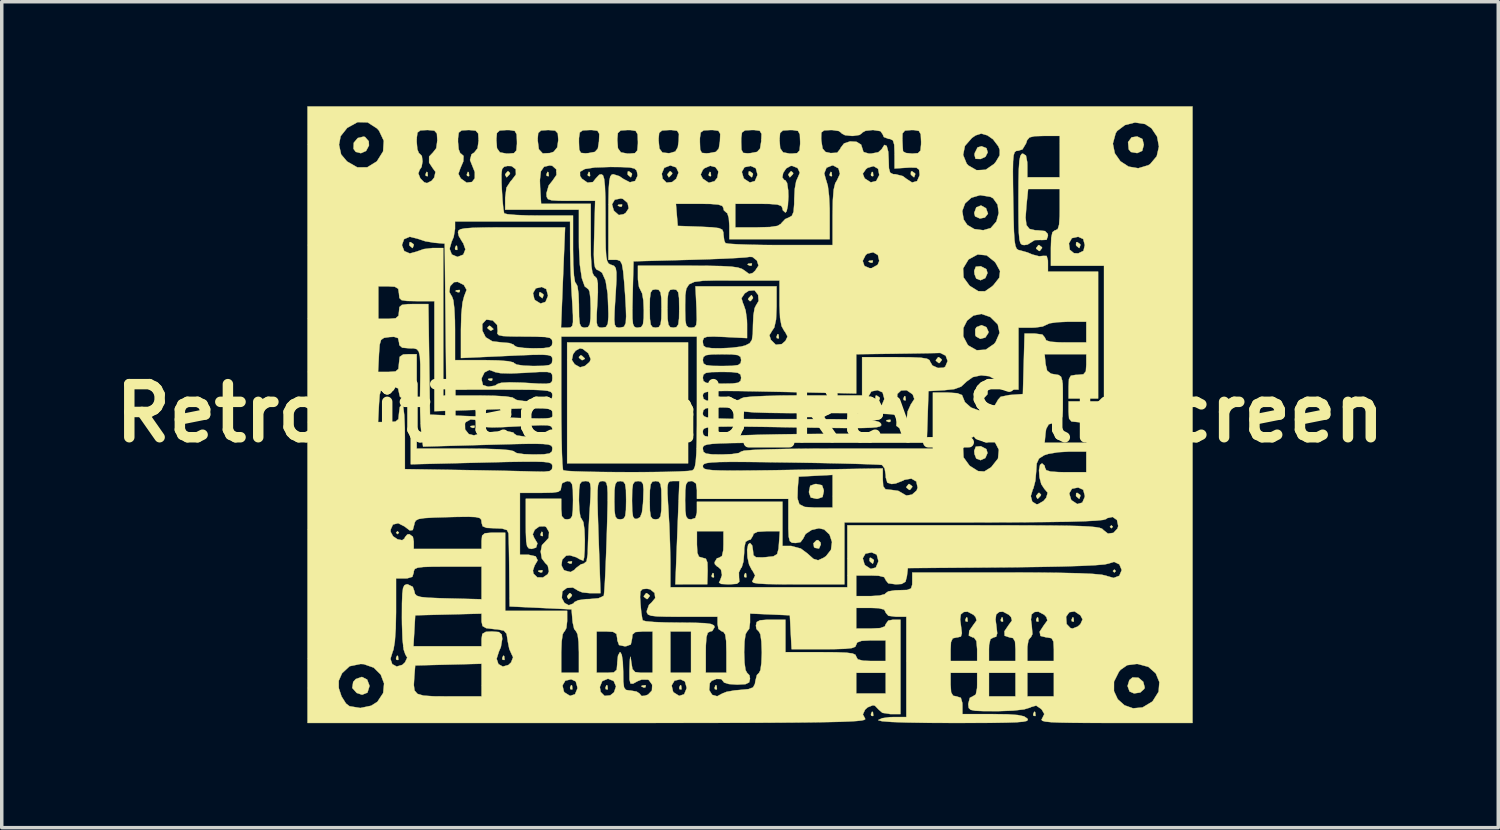
<source format=kicad_pcb>
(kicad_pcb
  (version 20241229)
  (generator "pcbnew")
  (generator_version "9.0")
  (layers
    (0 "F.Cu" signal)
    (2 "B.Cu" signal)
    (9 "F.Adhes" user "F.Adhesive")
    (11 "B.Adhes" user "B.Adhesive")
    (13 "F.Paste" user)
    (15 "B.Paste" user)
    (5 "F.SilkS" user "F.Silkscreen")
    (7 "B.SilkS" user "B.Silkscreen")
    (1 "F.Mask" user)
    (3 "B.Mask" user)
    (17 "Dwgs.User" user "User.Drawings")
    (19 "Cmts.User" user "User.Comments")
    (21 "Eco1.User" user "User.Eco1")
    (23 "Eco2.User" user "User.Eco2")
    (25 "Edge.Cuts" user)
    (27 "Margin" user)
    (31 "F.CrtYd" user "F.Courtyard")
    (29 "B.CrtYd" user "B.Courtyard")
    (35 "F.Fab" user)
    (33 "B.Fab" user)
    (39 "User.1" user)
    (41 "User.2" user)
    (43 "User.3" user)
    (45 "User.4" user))
  (footprint "RetrobitTechLab_Rev_SilkScreen"
    (layer "F.Cu")
    (at 18.477 8.81)
    (property "Reference" "RetrobitTechLab_Rev_SilkScreen" (at 0 0 0) (layer "F.SilkS") (effects (font (size 1.524 1.524) (thickness 0.3))))
    (attr through_hole)
    (fp_poly (pts (xy -10.075 3.429) (xy -10.118 3.471) (xy -10.16 3.429) (xy -10.118 3.387) (xy -10.075 3.429)) (stroke (width 0.01) (type solid)) (fill yes) (layer "F.SilkS"))
    (fp_poly (pts (xy 10.414 3.26) (xy 10.372 3.302) (xy 10.329 3.26) (xy 10.372 3.217) (xy 10.414 3.26)) (stroke (width 0.01) (type solid)) (fill yes) (layer "F.SilkS"))
    (fp_poly (pts (xy 10.499 4.53) (xy 10.456 4.572) (xy 10.414 4.53) (xy 10.456 4.487) (xy 10.499 4.53)) (stroke (width 0.01) (type solid)) (fill yes) (layer "F.SilkS"))
    (fp_poly (pts (xy -10.104 6.971) (xy -10.093 7.071) (xy -10.104 7.084) (xy -10.154 7.072) (xy -10.16 7.027) (xy -10.129 6.958) (xy -10.104 6.971)) (stroke (width 0.01) (type solid)) (fill yes) (layer "F.SilkS"))
    (fp_poly (pts (xy -9.257 -6.914) (xy -9.247 -6.814) (xy -9.257 -6.802) (xy -9.307 -6.813) (xy -9.313 -6.858) (xy -9.282 -6.928) (xy -9.257 -6.914)) (stroke (width 0.01) (type solid)) (fill yes) (layer "F.SilkS"))
    (fp_poly (pts (xy -8.41 -4.798) (xy -8.4 -4.697) (xy -8.41 -4.685) (xy -8.461 -4.697) (xy -8.467 -4.741) (xy -8.436 -4.811) (xy -8.41 -4.798)) (stroke (width 0.01) (type solid)) (fill yes) (layer "F.SilkS"))
    (fp_poly (pts (xy -8.326 -3.528) (xy -8.337 -3.477) (xy -8.382 -3.471) (xy -8.452 -3.502) (xy -8.438 -3.528) (xy -8.338 -3.538) (xy -8.326 -3.528)) (stroke (width 0.01) (type solid)) (fill yes) (layer "F.SilkS"))
    (fp_poly (pts (xy -8.072 -6.914) (xy -8.061 -6.814) (xy -8.072 -6.802) (xy -8.122 -6.813) (xy -8.128 -6.858) (xy -8.097 -6.928) (xy -8.072 -6.914)) (stroke (width 0.01) (type solid)) (fill yes) (layer "F.SilkS"))
    (fp_poly (pts (xy -7.902 0.367) (xy -7.914 0.417) (xy -7.959 0.423) (xy -8.028 0.392) (xy -8.015 0.367) (xy -7.915 0.357) (xy -7.902 0.367)) (stroke (width 0.01) (type solid)) (fill yes) (layer "F.SilkS"))
    (fp_poly (pts (xy -7.394 -0.988) (xy -7.406 -0.937) (xy -7.451 -0.931) (xy -7.52 -0.962) (xy -7.507 -0.988) (xy -7.407 -0.998) (xy -7.394 -0.988)) (stroke (width 0.01) (type solid)) (fill yes) (layer "F.SilkS"))
    (fp_poly (pts (xy -7.056 6.971) (xy -7.045 7.071) (xy -7.056 7.084) (xy -7.106 7.072) (xy -7.112 7.027) (xy -7.081 6.958) (xy -7.056 6.971)) (stroke (width 0.01) (type solid)) (fill yes) (layer "F.SilkS"))
    (fp_poly (pts (xy -5.955 3.415) (xy -5.945 3.515) (xy -5.955 3.528) (xy -6.005 3.516) (xy -6.011 3.471) (xy -5.98 3.402) (xy -5.955 3.415)) (stroke (width 0.01) (type solid)) (fill yes) (layer "F.SilkS"))
    (fp_poly (pts (xy -5.955 4.516) (xy -5.967 4.566) (xy -6.011 4.572) (xy -6.081 4.541) (xy -6.068 4.516) (xy -5.967 4.505) (xy -5.955 4.516)) (stroke (width 0.01) (type solid)) (fill yes) (layer "F.SilkS"))
    (fp_poly (pts (xy -5.786 -6.914) (xy -5.775 -6.814) (xy -5.786 -6.802) (xy -5.836 -6.813) (xy -5.842 -6.858) (xy -5.811 -6.928) (xy -5.786 -6.914)) (stroke (width 0.01) (type solid)) (fill yes) (layer "F.SilkS"))
    (fp_poly (pts (xy -5.108 4.262) (xy -5.12 4.312) (xy -5.165 4.318) (xy -5.234 4.287) (xy -5.221 4.262) (xy -5.121 4.251) (xy -5.108 4.262)) (stroke (width 0.01) (type solid)) (fill yes) (layer "F.SilkS"))
    (fp_poly (pts (xy -5.108 7.818) (xy -5.098 7.918) (xy -5.108 7.93) (xy -5.159 7.919) (xy -5.165 7.874) (xy -5.134 7.804) (xy -5.108 7.818)) (stroke (width 0.01) (type solid)) (fill yes) (layer "F.SilkS"))
    (fp_poly (pts (xy -4.6 -6.914) (xy -4.59 -6.814) (xy -4.6 -6.802) (xy -4.651 -6.813) (xy -4.657 -6.858) (xy -4.626 -6.928) (xy -4.6 -6.914)) (stroke (width 0.01) (type solid)) (fill yes) (layer "F.SilkS"))
    (fp_poly (pts (xy -4.092 7.818) (xy -4.082 7.918) (xy -4.092 7.93) (xy -4.143 7.919) (xy -4.149 7.874) (xy -4.118 7.804) (xy -4.092 7.818)) (stroke (width 0.01) (type solid)) (fill yes) (layer "F.SilkS"))
    (fp_poly (pts (xy -3.669 -5.983) (xy -3.681 -5.933) (xy -3.725 -5.927) (xy -3.795 -5.958) (xy -3.782 -5.983) (xy -3.681 -5.993) (xy -3.669 -5.983)) (stroke (width 0.01) (type solid)) (fill yes) (layer "F.SilkS"))
    (fp_poly (pts (xy -2.992 7.818) (xy -3.003 7.868) (xy -3.048 7.874) (xy -3.118 7.843) (xy -3.104 7.818) (xy -3.004 7.807) (xy -2.992 7.818)) (stroke (width 0.01) (type solid)) (fill yes) (layer "F.SilkS"))
    (fp_poly (pts (xy -1.976 7.818) (xy -1.965 7.918) (xy -1.976 7.93) (xy -2.026 7.919) (xy -2.032 7.874) (xy -2.001 7.804) (xy -1.976 7.818)) (stroke (width 0.01) (type solid)) (fill yes) (layer "F.SilkS"))
    (fp_poly (pts (xy -1.129 -6.914) (xy -1.119 -6.814) (xy -1.129 -6.802) (xy -1.179 -6.813) (xy -1.185 -6.858) (xy -1.154 -6.928) (xy -1.129 -6.914)) (stroke (width 0.01) (type solid)) (fill yes) (layer "F.SilkS"))
    (fp_poly (pts (xy -1.044 4.6) (xy -1.034 4.701) (xy -1.044 4.713) (xy -1.095 4.701) (xy -1.101 4.657) (xy -1.07 4.587) (xy -1.044 4.6)) (stroke (width 0.01) (type solid)) (fill yes) (layer "F.SilkS"))
    (fp_poly (pts (xy -0.96 7.818) (xy -0.949 7.918) (xy -0.96 7.93) (xy -1.01 7.919) (xy -1.016 7.874) (xy -0.985 7.804) (xy -0.96 7.818)) (stroke (width 0.01) (type solid)) (fill yes) (layer "F.SilkS"))
    (fp_poly (pts (xy -0.113 4.6) (xy -0.103 4.701) (xy -0.113 4.713) (xy -0.163 4.701) (xy -0.169 4.657) (xy -0.138 4.587) (xy -0.113 4.6)) (stroke (width 0.01) (type solid)) (fill yes) (layer "F.SilkS"))
    (fp_poly (pts (xy 0.056 -4.29) (xy 0.045 -4.239) (xy 0 -4.233) (xy -0.07 -4.264) (xy -0.056 -4.29) (xy 0.044 -4.3) (xy 0.056 -4.29)) (stroke (width 0.01) (type solid)) (fill yes) (layer "F.SilkS"))
    (fp_poly (pts (xy 0.818 -2.258) (xy 0.829 -2.157) (xy 0.818 -2.145) (xy 0.768 -2.157) (xy 0.762 -2.201) (xy 0.793 -2.271) (xy 0.818 -2.258)) (stroke (width 0.01) (type solid)) (fill yes) (layer "F.SilkS"))
    (fp_poly (pts (xy 2.342 -6.914) (xy 2.353 -6.814) (xy 2.342 -6.802) (xy 2.292 -6.813) (xy 2.286 -6.858) (xy 2.317 -6.928) (xy 2.342 -6.914)) (stroke (width 0.01) (type solid)) (fill yes) (layer "F.SilkS"))
    (fp_poly (pts (xy 3.528 -6.914) (xy 3.538 -6.814) (xy 3.528 -6.802) (xy 3.477 -6.813) (xy 3.471 -6.858) (xy 3.502 -6.928) (xy 3.528 -6.914)) (stroke (width 0.01) (type solid)) (fill yes) (layer "F.SilkS"))
    (fp_poly (pts (xy 3.528 -4.374) (xy 3.516 -4.324) (xy 3.471 -4.318) (xy 3.402 -4.349) (xy 3.415 -4.374) (xy 3.515 -4.385) (xy 3.528 -4.374)) (stroke (width 0.01) (type solid)) (fill yes) (layer "F.SilkS"))
    (fp_poly (pts (xy 3.528 8.58) (xy 3.538 8.68) (xy 3.528 8.692) (xy 3.477 8.681) (xy 3.471 8.636) (xy 3.502 8.566) (xy 3.528 8.58)) (stroke (width 0.01) (type solid)) (fill yes) (layer "F.SilkS"))
    (fp_poly (pts (xy 4.036 0.198) (xy 4.024 0.248) (xy 3.979 0.254) (xy 3.91 0.223) (xy 3.923 0.198) (xy 4.023 0.187) (xy 4.036 0.198)) (stroke (width 0.01) (type solid)) (fill yes) (layer "F.SilkS"))
    (fp_poly (pts (xy 4.459 -0.48) (xy 4.469 -0.379) (xy 4.459 -0.367) (xy 4.409 -0.379) (xy 4.403 -0.423) (xy 4.434 -0.493) (xy 4.459 -0.48)) (stroke (width 0.01) (type solid)) (fill yes) (layer "F.SilkS"))
    (fp_poly (pts (xy 6.237 5.87) (xy 6.247 5.971) (xy 6.237 5.983) (xy 6.187 5.971) (xy 6.181 5.927) (xy 6.212 5.857) (xy 6.237 5.87)) (stroke (width 0.01) (type solid)) (fill yes) (layer "F.SilkS"))
    (fp_poly (pts (xy 7.253 5.87) (xy 7.263 5.971) (xy 7.253 5.983) (xy 7.203 5.971) (xy 7.197 5.927) (xy 7.228 5.857) (xy 7.253 5.87)) (stroke (width 0.01) (type solid)) (fill yes) (layer "F.SilkS"))
    (fp_poly (pts (xy 8.184 8.58) (xy 8.195 8.68) (xy 8.184 8.692) (xy 8.134 8.681) (xy 8.128 8.636) (xy 8.159 8.566) (xy 8.184 8.58)) (stroke (width 0.01) (type solid)) (fill yes) (layer "F.SilkS"))
    (fp_poly (pts (xy 8.269 5.87) (xy 8.279 5.971) (xy 8.269 5.983) (xy 8.219 5.971) (xy 8.213 5.927) (xy 8.244 5.857) (xy 8.269 5.87)) (stroke (width 0.01) (type solid)) (fill yes) (layer "F.SilkS"))
    (fp_poly (pts (xy 9.285 5.87) (xy 9.295 5.971) (xy 9.285 5.983) (xy 9.235 5.971) (xy 9.229 5.927) (xy 9.26 5.857) (xy 9.285 5.87)) (stroke (width 0.01) (type solid)) (fill yes) (layer "F.SilkS"))
    (fp_poly (pts (xy -9.655 -4.849) (xy -9.652 -4.826) (xy -9.681 -4.744) (xy -9.689 -4.741) (xy -9.762 -4.801) (xy -9.779 -4.826) (xy -9.772 -4.904) (xy -9.742 -4.911) (xy -9.655 -4.849)) (stroke (width 0.01) (type solid)) (fill yes) (layer "F.SilkS"))
    (fp_poly (pts (xy -7.451 -2.498) (xy -7.37 -2.422) (xy -7.366 -2.408) (xy -7.432 -2.372) (xy -7.451 -2.371) (xy -7.532 -2.436) (xy -7.535 -2.46) (xy -7.483 -2.511) (xy -7.451 -2.498)) (stroke (width 0.01) (type solid)) (fill yes) (layer "F.SilkS"))
    (fp_poly (pts (xy -6.887 -6.891) (xy -6.9 -6.858) (xy -6.976 -6.777) (xy -6.99 -6.773) (xy -7.026 -6.839) (xy -7.027 -6.858) (xy -6.962 -6.939) (xy -6.938 -6.943) (xy -6.887 -6.891)) (stroke (width 0.01) (type solid)) (fill yes) (layer "F.SilkS"))
    (fp_poly (pts (xy -5.93 -3.41) (xy -5.927 -3.387) (xy -5.956 -3.304) (xy -5.964 -3.302) (xy -6.036 -3.361) (xy -6.054 -3.387) (xy -6.047 -3.465) (xy -6.016 -3.471) (xy -5.93 -3.41)) (stroke (width 0.01) (type solid)) (fill yes) (layer "F.SilkS"))
    (fp_poly (pts (xy -5.109 5.217) (xy -5.122 5.249) (xy -5.198 5.33) (xy -5.212 5.334) (xy -5.248 5.268) (xy -5.249 5.249) (xy -5.184 5.168) (xy -5.16 5.165) (xy -5.109 5.217)) (stroke (width 0.01) (type solid)) (fill yes) (layer "F.SilkS"))
    (fp_poly (pts (xy -4.826 -1.651) (xy -4.745 -1.575) (xy -4.741 -1.561) (xy -4.807 -1.525) (xy -4.826 -1.524) (xy -4.907 -1.589) (xy -4.911 -1.614) (xy -4.859 -1.664) (xy -4.826 -1.651)) (stroke (width 0.01) (type solid)) (fill yes) (layer "F.SilkS"))
    (fp_poly (pts (xy -3.39 -6.881) (xy -3.387 -6.858) (xy -3.416 -6.776) (xy -3.424 -6.773) (xy -3.496 -6.833) (xy -3.514 -6.858) (xy -3.507 -6.936) (xy -3.476 -6.943) (xy -3.39 -6.881)) (stroke (width 0.01) (type solid)) (fill yes) (layer "F.SilkS"))
    (fp_poly (pts (xy -2.881 5.229) (xy -2.879 5.249) (xy -2.943 5.332) (xy -2.963 5.334) (xy -3.046 5.27) (xy -3.048 5.249) (xy -2.984 5.167) (xy -2.963 5.165) (xy -2.881 5.229)) (stroke (width 0.01) (type solid)) (fill yes) (layer "F.SilkS"))
    (fp_poly (pts (xy -2.23 -6.891) (xy -2.244 -6.858) (xy -2.32 -6.777) (xy -2.333 -6.773) (xy -2.37 -6.839) (xy -2.371 -6.858) (xy -2.306 -6.939) (xy -2.281 -6.943) (xy -2.23 -6.891)) (stroke (width 0.01) (type solid)) (fill yes) (layer "F.SilkS"))
    (fp_poly (pts (xy 0.081 -6.881) (xy 0.085 -6.858) (xy 0.056 -6.776) (xy 0.047 -6.773) (xy -0.025 -6.833) (xy -0.042 -6.858) (xy -0.036 -6.936) (xy -0.005 -6.943) (xy 0.081 -6.881)) (stroke (width 0.01) (type solid)) (fill yes) (layer "F.SilkS"))
    (fp_poly (pts (xy 0.084 -3.321) (xy 0.085 -3.302) (xy 0.02 -3.221) (xy -0.005 -3.217) (xy -0.056 -3.269) (xy -0.042 -3.302) (xy 0.034 -3.383) (xy 0.047 -3.387) (xy 0.084 -3.321)) (stroke (width 0.01) (type solid)) (fill yes) (layer "F.SilkS"))
    (fp_poly (pts (xy 1.241 -6.891) (xy 1.228 -6.858) (xy 1.152 -6.777) (xy 1.138 -6.773) (xy 1.102 -6.839) (xy 1.101 -6.858) (xy 1.166 -6.939) (xy 1.19 -6.943) (xy 1.241 -6.891)) (stroke (width 0.01) (type solid)) (fill yes) (layer "F.SilkS"))
    (fp_poly (pts (xy 2.023 3.709) (xy 2.032 3.768) (xy 1.98 3.884) (xy 1.863 3.864) (xy 1.837 3.841) (xy 1.82 3.735) (xy 1.905 3.649) (xy 1.952 3.641) (xy 2.023 3.709)) (stroke (width 0.01) (type solid)) (fill yes) (layer "F.SilkS"))
    (fp_poly (pts (xy 3.553 4.21) (xy 3.556 4.233) (xy 3.527 4.316) (xy 3.519 4.318) (xy 3.446 4.259) (xy 3.429 4.233) (xy 3.436 4.155) (xy 3.466 4.149) (xy 3.553 4.21)) (stroke (width 0.01) (type solid)) (fill yes) (layer "F.SilkS"))
    (fp_poly (pts (xy 3.722 -0.447) (xy 3.725 -0.423) (xy 3.696 -0.341) (xy 3.688 -0.339) (xy 3.616 -0.398) (xy 3.598 -0.423) (xy 3.605 -0.501) (xy 3.636 -0.508) (xy 3.722 -0.447)) (stroke (width 0.01) (type solid)) (fill yes) (layer "F.SilkS"))
    (fp_poly (pts (xy 4.654 2.096) (xy 4.657 2.117) (xy 4.592 2.199) (xy 4.572 2.201) (xy 4.49 2.137) (xy 4.487 2.117) (xy 4.552 2.034) (xy 4.572 2.032) (xy 4.654 2.096)) (stroke (width 0.01) (type solid)) (fill yes) (layer "F.SilkS"))
    (fp_poly (pts (xy 4.738 -6.881) (xy 4.741 -6.858) (xy 4.712 -6.776) (xy 4.704 -6.773) (xy 4.632 -6.833) (xy 4.614 -6.858) (xy 4.621 -6.936) (xy 4.652 -6.943) (xy 4.738 -6.881)) (stroke (width 0.01) (type solid)) (fill yes) (layer "F.SilkS"))
    (fp_poly (pts (xy 5.501 -1.544) (xy 5.503 -1.524) (xy 5.439 -1.442) (xy 5.419 -1.439) (xy 5.336 -1.504) (xy 5.334 -1.524) (xy 5.398 -1.606) (xy 5.419 -1.609) (xy 5.501 -1.544)) (stroke (width 0.01) (type solid)) (fill yes) (layer "F.SilkS"))
    (fp_poly (pts (xy 6.774 -5.883) (xy 6.83 -5.727) (xy 6.742 -5.617) (xy 6.599 -5.588) (xy 6.46 -5.651) (xy 6.435 -5.748) (xy 6.495 -5.909) (xy 6.63 -5.962) (xy 6.774 -5.883)) (stroke (width 0.01) (type solid)) (fill yes) (layer "F.SilkS"))
    (fp_poly (pts (xy 8.353 2.338) (xy 8.34 2.371) (xy 8.264 2.451) (xy 8.25 2.455) (xy 8.214 2.39) (xy 8.213 2.371) (xy 8.278 2.289) (xy 8.302 2.286) (xy 8.353 2.338)) (stroke (width 0.01) (type solid)) (fill yes) (layer "F.SilkS"))
    (fp_poly (pts (xy 8.38 -4.762) (xy 8.382 -4.741) (xy 8.318 -4.659) (xy 8.297 -4.657) (xy 8.215 -4.721) (xy 8.213 -4.741) (xy 8.277 -4.824) (xy 8.297 -4.826) (xy 8.38 -4.762)) (stroke (width 0.01) (type solid)) (fill yes) (layer "F.SilkS"))
    (fp_poly (pts (xy 9.479 -4.849) (xy 9.483 -4.826) (xy 9.454 -4.744) (xy 9.445 -4.741) (xy 9.373 -4.801) (xy 9.356 -4.826) (xy 9.362 -4.904) (xy 9.393 -4.911) (xy 9.479 -4.849)) (stroke (width 0.01) (type solid)) (fill yes) (layer "F.SilkS"))
    (fp_poly (pts (xy 9.479 2.347) (xy 9.483 2.371) (xy 9.454 2.453) (xy 9.445 2.455) (xy 9.373 2.396) (xy 9.356 2.371) (xy 9.362 2.293) (xy 9.393 2.286) (xy 9.479 2.347)) (stroke (width 0.01) (type solid)) (fill yes) (layer "F.SilkS"))
    (fp_poly (pts (xy 6.784 -4.134) (xy 6.816 -4.023) (xy 6.753 -3.878) (xy 6.617 -3.817) (xy 6.494 -3.864) (xy 6.444 -3.99) (xy 6.435 -4.084) (xy 6.48 -4.205) (xy 6.625 -4.218) (xy 6.784 -4.134)) (stroke (width 0.01) (type solid)) (fill yes) (layer "F.SilkS"))
    (fp_poly (pts (xy 6.784 1.031) (xy 6.816 1.142) (xy 6.753 1.287) (xy 6.617 1.348) (xy 6.494 1.301) (xy 6.444 1.174) (xy 6.435 1.081) (xy 6.48 0.96) (xy 6.625 0.947) (xy 6.784 1.031)) (stroke (width 0.01) (type solid)) (fill yes) (layer "F.SilkS"))
    (fp_poly (pts (xy 6.786 -7.608) (xy 6.822 -7.487) (xy 6.758 -7.361) (xy 6.618 -7.296) (xy 6.473 -7.302) (xy 6.443 -7.412) (xy 6.449 -7.465) (xy 6.531 -7.629) (xy 6.646 -7.662) (xy 6.786 -7.608)) (stroke (width 0.01) (type solid)) (fill yes) (layer "F.SilkS"))
    (fp_poly (pts (xy 11.263 -7.87) (xy 11.303 -7.705) (xy 11.256 -7.53) (xy 11.112 -7.466) (xy 10.934 -7.497) (xy 10.87 -7.572) (xy 10.851 -7.781) (xy 10.953 -7.918) (xy 11.112 -7.943) (xy 11.263 -7.87)) (stroke (width 0.01) (type solid)) (fill yes) (layer "F.SilkS"))
    (fp_poly (pts (xy -11.05 -7.928) (xy -10.944 -7.807) (xy -10.937 -7.684) (xy -11.02 -7.528) (xy -11.169 -7.463) (xy -11.316 -7.501) (xy -11.38 -7.588) (xy -11.373 -7.762) (xy -11.258 -7.899) (xy -11.091 -7.939) (xy -11.05 -7.928)) (stroke (width 0.01) (type solid)) (fill yes) (layer "F.SilkS"))
    (fp_poly (pts (xy -10.99 7.644) (xy -10.922 7.822) (xy -10.922 7.832) (xy -10.981 8.02) (xy -11.133 8.08) (xy -11.287 8.03) (xy -11.416 7.886) (xy -11.39 7.714) (xy -11.314 7.629) (xy -11.14 7.569) (xy -10.99 7.644)) (stroke (width 0.01) (type solid)) (fill yes) (layer "F.SilkS"))
    (fp_poly (pts (xy 6.764 -0.719) (xy 6.821 -0.669) (xy 6.817 -0.546) (xy 6.714 -0.433) (xy 6.574 -0.391) (xy 6.54 -0.398) (xy 6.442 -0.502) (xy 6.445 -0.646) (xy 6.538 -0.75) (xy 6.599 -0.762) (xy 6.764 -0.719)) (stroke (width 0.01) (type solid)) (fill yes) (layer "F.SilkS"))
    (fp_poly (pts (xy 6.785 -2.469) (xy 6.845 -2.336) (xy 6.842 -2.308) (xy 6.755 -2.173) (xy 6.611 -2.134) (xy 6.486 -2.203) (xy 6.466 -2.243) (xy 6.465 -2.409) (xy 6.502 -2.472) (xy 6.647 -2.527) (xy 6.785 -2.469)) (stroke (width 0.01) (type solid)) (fill yes) (layer "F.SilkS"))
    (fp_poly (pts (xy 11.149 7.592) (xy 11.285 7.707) (xy 11.328 7.869) (xy 11.317 7.91) (xy 11.201 8.016) (xy 11.023 8.042) (xy 10.894 7.987) (xy 10.836 7.83) (xy 10.888 7.66) (xy 10.979 7.584) (xy 11.149 7.592)) (stroke (width 0.01) (type solid)) (fill yes) (layer "F.SilkS"))
    (fp_poly (pts (xy 2.066 2.067) (xy 2.116 2.205) (xy 2.117 2.244) (xy 2.082 2.405) (xy 1.944 2.454) (xy 1.905 2.455) (xy 1.744 2.42) (xy 1.694 2.283) (xy 1.693 2.244) (xy 1.728 2.083) (xy 1.866 2.033) (xy 1.905 2.032) (xy 2.066 2.067)) (stroke (width 0.01) (type solid)) (fill yes) (layer "F.SilkS"))
    (fp_poly (pts (xy -1.778 1.439) (xy -5.249 1.439) (xy -5.249 -1.529) (xy -5.114 -1.529) (xy -5.032 -1.403) (xy -4.878 -1.317) (xy -4.735 -1.358) (xy -4.604 -1.472) (xy -4.572 -1.552) (xy -4.642 -1.721) (xy -4.798 -1.844) (xy -4.882 -1.863) (xy -5.004 -1.796) (xy -5.077 -1.699) (xy -5.114 -1.529) (xy -5.249 -1.529) (xy -5.249 -2.032) (xy -1.778 -2.032) (xy -1.778 1.439)) (stroke (width 0.01) (type solid)) (fill yes) (layer "F.SilkS"))
    (fp_poly (pts (xy 12.7 8.89) (xy 10.488 8.89) (xy 9.818 8.889) (xy 9.3 8.886) (xy 8.915 8.879) (xy 8.647 8.868) (xy 8.478 8.851) (xy 8.39 8.828) (xy 8.366 8.796) (xy 8.386 8.759) (xy 8.447 8.634) (xy 8.377 8.511) (xy 8.352 8.485) (xy 8.213 8.391) (xy 8.067 8.433) (xy 8.043 8.447) (xy 7.867 8.5) (xy 7.555 8.536) (xy 7.138 8.551) (xy 7.071 8.551) (xy 6.698 8.55) (xy 6.463 8.54) (xy 6.333 8.513) (xy 6.278 8.461) (xy 6.266 8.376) (xy 6.265 8.34) (xy 6.309 8.169) (xy 6.392 8.128) (xy 6.481 8.072) (xy 6.517 7.887) (xy 6.519 7.789) (xy 6.519 7.451) (xy 6.858 7.451) (xy 6.858 8.128) (xy 7.62 8.128) (xy 7.62 7.451) (xy 7.959 7.451) (xy 7.959 8.128) (xy 8.721 8.128) (xy 8.721 7.976) (xy 10.446 7.976) (xy 10.555 8.21) (xy 10.748 8.383) (xy 10.994 8.47) (xy 11.266 8.445) (xy 11.535 8.284) (xy 11.561 8.259) (xy 11.727 7.995) (xy 11.749 7.718) (xy 11.646 7.467) (xy 11.434 7.28) (xy 11.131 7.198) (xy 11.091 7.197) (xy 10.825 7.232) (xy 10.638 7.362) (xy 10.589 7.42) (xy 10.447 7.704) (xy 10.446 7.976) (xy 8.721 7.976) (xy 8.721 7.451) (xy 7.959 7.451) (xy 7.62 7.451) (xy 6.858 7.451) (xy 6.519 7.451) (xy 5.757 7.451) (xy 5.757 7.789) (xy 5.772 8.011) (xy 5.829 8.109) (xy 5.927 8.128) (xy 6.051 8.168) (xy 6.094 8.316) (xy 6.096 8.382) (xy 6.096 8.636) (xy 6.975 8.636) (xy 7.402 8.642) (xy 7.689 8.663) (xy 7.865 8.701) (xy 7.958 8.762) (xy 7.959 8.763) (xy 7.975 8.802) (xy 7.941 8.832) (xy 7.838 8.854) (xy 7.65 8.87) (xy 7.359 8.88) (xy 6.948 8.887) (xy 6.398 8.889) (xy 5.847 8.89) (xy 5.093 8.887) (xy 4.497 8.877) (xy 4.062 8.862) (xy 3.789 8.84) (xy 3.683 8.813) (xy 3.683 8.805) (xy 3.793 8.754) (xy 4.007 8.724) (xy 4.111 8.721) (xy 4.487 8.721) (xy 4.487 6.773) (xy 5.757 6.773) (xy 5.757 7.112) (xy 6.519 7.112) (xy 6.519 6.773) (xy 6.858 6.773) (xy 6.858 7.112) (xy 7.62 7.112) (xy 7.62 6.773) (xy 7.959 6.773) (xy 7.959 7.112) (xy 8.721 7.112) (xy 8.721 6.773) (xy 8.709 6.555) (xy 8.655 6.458) (xy 8.527 6.435) (xy 8.509 6.435) (xy 8.337 6.393) (xy 8.313 6.272) (xy 8.437 6.082) (xy 8.44 6.079) (xy 8.535 5.949) (xy 8.507 5.851) (xy 8.498 5.842) (xy 9.072 5.842) (xy 9.087 6.046) (xy 9.09 6.054) (xy 9.197 6.166) (xy 9.258 6.181) (xy 9.409 6.121) (xy 9.483 6.054) (xy 9.545 5.918) (xy 9.483 5.8) (xy 9.316 5.688) (xy 9.164 5.712) (xy 9.072 5.842) (xy 8.498 5.842) (xy 8.446 5.785) (xy 8.277 5.696) (xy 8.169 5.704) (xy 8.082 5.774) (xy 8.063 5.922) (xy 8.086 6.096) (xy 8.106 6.34) (xy 8.06 6.434) (xy 8.051 6.435) (xy 7.993 6.51) (xy 7.961 6.699) (xy 7.959 6.773) (xy 7.62 6.773) (xy 7.606 6.552) (xy 7.548 6.454) (xy 7.451 6.435) (xy 7.308 6.387) (xy 7.303 6.258) (xy 7.424 6.079) (xy 7.519 5.949) (xy 7.491 5.851) (xy 7.43 5.785) (xy 7.261 5.696) (xy 7.153 5.704) (xy 7.066 5.774) (xy 7.047 5.922) (xy 7.07 6.096) (xy 7.095 6.317) (xy 7.065 6.415) (xy 6.992 6.435) (xy 6.901 6.483) (xy 6.862 6.649) (xy 6.858 6.773) (xy 6.519 6.773) (xy 6.498 6.538) (xy 6.429 6.441) (xy 6.392 6.435) (xy 6.281 6.383) (xy 6.292 6.247) (xy 6.408 6.079) (xy 6.503 5.949) (xy 6.475 5.851) (xy 6.414 5.785) (xy 6.245 5.696) (xy 6.137 5.704) (xy 6.05 5.774) (xy 6.031 5.922) (xy 6.054 6.096) (xy 6.081 6.313) (xy 6.053 6.41) (xy 5.955 6.434) (xy 5.934 6.435) (xy 5.819 6.461) (xy 5.768 6.569) (xy 5.757 6.773) (xy 4.487 6.773) (xy 4.487 5.842) (xy 4.191 5.842) (xy 3.972 5.814) (xy 3.895 5.727) (xy 3.895 5.715) (xy 3.849 5.635) (xy 3.692 5.596) (xy 3.471 5.588) (xy 3.048 5.588) (xy 3.048 6.181) (xy 3.471 6.181) (xy 3.738 6.167) (xy 3.868 6.12) (xy 3.895 6.054) (xy 3.968 5.952) (xy 4.106 5.927) (xy 4.318 5.927) (xy 4.318 8.636) (xy 4.031 8.636) (xy 3.799 8.599) (xy 3.695 8.509) (xy 3.587 8.396) (xy 3.527 8.382) (xy 3.376 8.442) (xy 3.302 8.509) (xy 3.239 8.645) (xy 3.302 8.763) (xy 3.306 8.784) (xy 3.274 8.803) (xy 3.195 8.82) (xy 3.062 8.834) (xy 2.863 8.846) (xy 2.59 8.857) (xy 2.232 8.865) (xy 1.781 8.872) (xy 1.227 8.878) (xy 0.559 8.882) (xy -0.231 8.886) (xy -1.153 8.888) (xy -2.216 8.889) (xy -3.431 8.89) (xy -4.646 8.89) (xy -12.7 8.89) (xy -12.7 7.679) (xy -11.805 7.679) (xy -11.805 7.887) (xy -11.724 8.13) (xy -11.596 8.333) (xy -11.495 8.41) (xy -11.185 8.461) (xy -10.874 8.396) (xy -10.695 8.283) (xy -10.529 8.031) (xy -10.507 7.8) (xy -9.65 7.8) (xy -9.629 7.958) (xy -9.545 8.055) (xy -9.373 8.105) (xy -9.085 8.125) (xy -8.656 8.128) (xy -8.639 8.128) (xy -7.705 8.128) (xy -7.705 7.814) (xy -5.383 7.814) (xy -5.343 7.987) (xy -5.322 8.015) (xy -5.165 8.113) (xy -5.024 8.067) (xy -4.954 7.9) (xy -4.953 7.873) (xy -4.957 7.858) (xy -4.311 7.858) (xy -4.287 8.001) (xy -4.174 8.114) (xy -4.011 8.098) (xy -3.904 8.012) (xy -3.846 7.84) (xy -3.913 7.686) (xy -4.076 7.62) (xy -4.242 7.689) (xy -4.311 7.858) (xy -4.957 7.858) (xy -5.002 7.697) (xy -5.133 7.637) (xy -5.302 7.677) (xy -5.383 7.814) (xy -7.705 7.814) (xy -7.705 7.191) (xy -8.657 7.215) (xy -9.61 7.239) (xy -9.636 7.565) (xy -9.65 7.8) (xy -10.507 7.8) (xy -10.503 7.758) (xy -10.599 7.502) (xy -10.799 7.303) (xy -11.086 7.202) (xy -11.178 7.197) (xy -11.493 7.262) (xy -11.71 7.464) (xy -11.805 7.679) (xy -12.7 7.679) (xy -12.7 7.05) (xy -10.321 7.05) (xy -10.269 7.202) (xy -10.142 7.271) (xy -9.979 7.223) (xy -9.903 7.151) (xy -9.839 7.015) (xy -9.893 6.922) (xy -9.941 6.784) (xy -9.952 6.689) (xy -9.661 6.689) (xy -7.705 6.689) (xy -7.705 6.477) (xy -7.683 6.334) (xy -7.583 6.275) (xy -7.408 6.265) (xy -7.208 6.281) (xy -7.126 6.352) (xy -7.112 6.478) (xy -7.151 6.711) (xy -7.21 6.848) (xy -7.273 7.048) (xy -7.221 7.201) (xy -7.095 7.272) (xy -6.934 7.226) (xy -6.858 7.154) (xy -6.8 7.003) (xy -6.841 6.921) (xy -6.909 6.768) (xy -6.955 6.539) (xy -6.957 6.519) (xy -6.987 6.332) (xy -7.063 6.242) (xy -7.237 6.206) (xy -7.345 6.197) (xy -7.573 6.169) (xy -7.677 6.109) (xy -7.704 5.986) (xy -7.705 5.961) (xy -7.705 5.752) (xy -9.61 5.8) (xy -9.635 6.244) (xy -9.661 6.689) (xy -9.952 6.689) (xy -9.974 6.491) (xy -9.989 6.056) (xy -9.991 5.867) (xy -9.989 5.453) (xy -9.979 5.179) (xy -9.958 5.017) (xy -9.919 4.937) (xy -9.858 4.912) (xy -9.827 4.911) (xy -9.68 4.982) (xy -9.637 5.101) (xy -9.617 5.184) (xy -9.564 5.239) (xy -9.449 5.274) (xy -9.242 5.295) (xy -8.912 5.309) (xy -8.657 5.316) (xy -7.705 5.34) (xy -7.705 4.403) (xy -8.678 4.403) (xy -9.097 4.404) (xy -9.374 4.413) (xy -9.54 4.434) (xy -9.622 4.471) (xy -9.65 4.531) (xy -9.652 4.572) (xy -9.692 4.696) (xy -9.84 4.74) (xy -9.906 4.741) (xy -10.16 4.741) (xy -10.16 5.716) (xy -10.169 6.18) (xy -10.194 6.545) (xy -10.233 6.783) (xy -10.258 6.848) (xy -10.321 7.05) (xy -12.7 7.05) (xy -12.7 3.343) (xy -10.317 3.343) (xy -10.314 3.407) (xy -10.245 3.533) (xy -10.115 3.62) (xy -9.983 3.645) (xy -9.909 3.588) (xy -9.906 3.562) (xy -9.838 3.482) (xy -9.779 3.471) (xy -9.677 3.545) (xy -9.652 3.683) (xy -9.652 3.895) (xy -7.705 3.895) (xy -7.705 3.662) (xy -7.689 3.512) (xy -7.61 3.446) (xy -7.42 3.429) (xy -7.366 3.429) (xy -7.027 3.429) (xy -7.027 5.673) (xy -5.249 5.673) (xy -5.249 5.969) (xy -5.271 6.165) (xy -5.323 6.263) (xy -5.334 6.265) (xy -5.377 6.344) (xy -5.407 6.554) (xy -5.419 6.857) (xy -5.419 7.451) (xy -4.911 7.451) (xy -4.911 6.858) (xy -4.921 6.566) (xy -4.948 6.354) (xy -4.987 6.266) (xy -4.99 6.265) (xy -4.403 6.265) (xy -4.403 7.451) (xy -4.106 7.451) (xy -3.908 7.438) (xy -3.826 7.364) (xy -3.81 7.177) (xy -3.81 7.154) (xy -3.789 6.958) (xy -3.736 6.861) (xy -3.725 6.858) (xy -3.681 6.936) (xy -3.651 7.142) (xy -3.641 7.408) (xy -3.637 7.704) (xy -3.616 7.869) (xy -3.563 7.941) (xy -3.464 7.958) (xy -3.434 7.959) (xy -3.255 7.99) (xy -3.175 8.043) (xy -3.113 8.117) (xy -3.017 8.109) (xy -2.928 8.077) (xy -2.816 7.961) (xy -2.808 7.814) (xy -2.25 7.814) (xy -2.21 7.987) (xy -2.189 8.015) (xy -2.033 8.113) (xy -1.891 8.067) (xy -1.84 7.946) (xy -1.172 7.946) (xy -1.086 8.084) (xy -0.942 8.124) (xy -0.8 8.048) (xy -0.674 7.997) (xy -0.443 7.956) (xy -0.296 7.943) (xy -0.043 7.919) (xy 0.087 7.87) (xy 0.14 7.771) (xy 0.154 7.684) (xy 0.198 7.514) (xy 0.26 7.451) (xy 3.048 7.451) (xy 3.048 8.043) (xy 3.895 8.043) (xy 3.895 7.451) (xy 3.048 7.451) (xy 0.26 7.451) (xy 0.299 7.373) (xy 0.327 7.169) (xy 0.339 6.882) (xy 0.339 6.858) (xy 0.327 6.554) (xy 0.297 6.344) (xy 0.254 6.265) (xy 0.254 6.265) (xy 0.185 6.194) (xy 0.169 6.096) (xy 0.192 5.994) (xy 0.286 5.944) (xy 0.495 5.927) (xy 0.593 5.927) (xy 1.016 5.927) (xy 1.016 6.858) (xy 2.032 6.858) (xy 2.47 6.861) (xy 2.765 6.873) (xy 2.942 6.896) (xy 3.028 6.935) (xy 3.048 6.985) (xy 3.093 7.065) (xy 3.25 7.104) (xy 3.471 7.112) (xy 3.895 7.112) (xy 3.895 6.519) (xy 3.471 6.519) (xy 3.205 6.533) (xy 3.075 6.58) (xy 3.048 6.646) (xy 3.021 6.703) (xy 2.923 6.741) (xy 2.727 6.762) (xy 2.406 6.772) (xy 2.121 6.773) (xy 1.194 6.773) (xy 1.168 6.287) (xy 1.143 5.8) (xy 0.572 5.775) (xy 0 5.75) (xy 0 6.007) (xy -0.024 6.187) (xy -0.083 6.265) (xy -0.085 6.265) (xy -0.128 6.344) (xy -0.158 6.554) (xy -0.169 6.857) (xy -0.169 6.858) (xy -0.158 7.162) (xy -0.128 7.372) (xy -0.085 7.451) (xy -0.085 7.451) (xy -0.016 7.522) (xy 0 7.62) (xy -0.025 7.726) (xy -0.128 7.776) (xy -0.354 7.789) (xy -0.381 7.789) (xy -0.608 7.773) (xy -0.745 7.73) (xy -0.762 7.705) (xy -0.825 7.631) (xy -0.963 7.626) (xy -1.101 7.681) (xy -1.155 7.747) (xy -1.172 7.946) (xy -1.84 7.946) (xy -1.821 7.9) (xy -1.82 7.873) (xy -1.869 7.697) (xy -2 7.637) (xy -2.169 7.677) (xy -2.25 7.814) (xy -2.808 7.814) (xy -2.807 7.795) (xy -2.901 7.662) (xy -2.932 7.646) (xy -3.112 7.645) (xy -3.227 7.691) (xy -3.359 7.764) (xy -3.431 7.757) (xy -3.459 7.642) (xy -3.46 7.392) (xy -3.457 7.303) (xy -3.447 7.063) (xy -3.434 6.987) (xy -3.417 7.068) (xy -3.41 7.133) (xy -3.375 7.341) (xy -3.297 7.43) (xy -3.123 7.451) (xy -3.085 7.451) (xy -2.794 7.451) (xy -2.794 6.265) (xy -2.286 6.265) (xy -2.286 7.451) (xy -1.693 7.451) (xy -1.693 6.265) (xy -2.286 6.265) (xy -2.794 6.265) (xy -3.09 6.265) (xy -3.291 6.281) (xy -3.373 6.352) (xy -3.387 6.477) (xy -3.422 6.638) (xy -3.559 6.688) (xy -3.598 6.689) (xy -3.759 6.654) (xy -3.809 6.516) (xy -3.81 6.477) (xy -3.832 6.334) (xy -3.932 6.275) (xy -4.106 6.265) (xy -4.403 6.265) (xy -4.99 6.265) (xy -5.048 6.19) (xy -5.09 6.005) (xy -5.096 5.948) (xy -5.122 5.63) (xy -6.9 5.546) (xy -6.903 5.305) (xy -5.402 5.305) (xy -5.325 5.447) (xy -5.201 5.512) (xy -5.072 5.463) (xy -5.038 5.419) (xy -4.928 5.367) (xy -4.713 5.337) (xy -4.607 5.334) (xy -4.349 5.311) (xy -4.263 5.274) (xy -3.156 5.274) (xy -3.145 5.461) (xy -3.121 5.718) (xy -3.092 5.901) (xy -3.077 5.948) (xy -2.982 5.973) (xy -2.752 5.993) (xy -2.422 6.006) (xy -2.027 6.011) (xy -1.59 6.015) (xy -1.297 6.026) (xy -1.12 6.05) (xy -1.036 6.089) (xy -1.016 6.138) (xy -1.084 6.251) (xy -1.143 6.265) (xy -1.212 6.3) (xy -1.251 6.426) (xy -1.268 6.672) (xy -1.27 6.858) (xy -1.27 7.451) (xy -0.677 7.451) (xy -0.677 6.858) (xy -0.685 6.536) (xy -0.712 6.352) (xy -0.765 6.274) (xy -0.804 6.265) (xy -0.906 6.192) (xy -0.931 6.054) (xy -0.931 5.842) (xy -1.947 5.842) (xy -2.377 5.84) (xy -2.664 5.832) (xy -2.839 5.812) (xy -2.928 5.777) (xy -2.96 5.722) (xy -2.963 5.677) (xy -2.9 5.502) (xy -2.828 5.436) (xy -2.72 5.306) (xy -2.74 5.158) (xy -2.866 5.054) (xy -2.964 5.038) (xy -3.088 5.049) (xy -3.146 5.114) (xy -3.156 5.274) (xy -4.263 5.274) (xy -4.208 5.25) (xy -4.195 5.228) (xy -4.183 5.113) (xy -4.166 4.858) (xy -4.148 4.49) (xy -4.13 4.039) (xy -4.112 3.535) (xy -4.096 2.981) (xy -4.086 2.573) (xy -4.086 2.498) (xy -3.895 2.498) (xy -3.889 2.795) (xy -3.866 2.962) (xy -3.813 3.033) (xy -3.725 3.048) (xy -3.634 3.031) (xy -3.583 2.954) (xy -3.561 2.781) (xy -3.556 2.502) (xy -3.387 2.502) (xy -3.387 2.504) (xy -3.381 2.803) (xy -3.358 2.968) (xy -3.308 3.032) (xy -3.239 3.032) (xy -3.153 2.982) (xy -3.101 2.848) (xy -3.072 2.594) (xy -3.066 2.498) (xy -2.879 2.498) (xy -2.873 2.795) (xy -2.85 2.962) (xy -2.797 3.033) (xy -2.709 3.048) (xy -2.618 3.031) (xy -2.567 2.954) (xy -2.545 2.781) (xy -2.54 2.498) (xy -2.545 2.2) (xy -2.559 2.104) (xy -2.37 2.104) (xy -2.369 2.309) (xy -2.35 2.642) (xy -2.342 2.773) (xy -2.316 3.238) (xy -2.297 3.743) (xy -2.287 4.194) (xy -2.286 4.297) (xy -2.286 4.995) (xy 2.794 4.995) (xy 2.794 4.657) (xy 3.048 4.657) (xy 3.048 5.249) (xy 3.471 5.249) (xy 3.713 5.234) (xy 3.866 5.195) (xy 3.895 5.165) (xy 3.97 5.114) (xy 4.162 5.084) (xy 4.276 5.08) (xy 4.51 5.073) (xy 4.621 5.03) (xy 4.655 4.922) (xy 4.657 4.826) (xy 4.657 4.572) (xy 7.367 4.572) (xy 8.219 4.574) (xy 8.909 4.582) (xy 9.447 4.594) (xy 9.841 4.612) (xy 10.098 4.636) (xy 10.227 4.666) (xy 10.235 4.67) (xy 10.436 4.728) (xy 10.599 4.666) (xy 10.668 4.504) (xy 10.668 4.499) (xy 10.601 4.338) (xy 10.45 4.266) (xy 10.29 4.315) (xy 10.177 4.34) (xy 9.907 4.362) (xy 9.491 4.382) (xy 8.943 4.399) (xy 8.273 4.412) (xy 7.495 4.422) (xy 7.359 4.423) (xy 4.53 4.445) (xy 4.503 4.678) (xy 4.462 4.837) (xy 4.352 4.901) (xy 4.185 4.911) (xy 3.968 4.882) (xy 3.895 4.791) (xy 3.895 4.784) (xy 3.849 4.704) (xy 3.692 4.665) (xy 3.471 4.657) (xy 3.048 4.657) (xy 2.794 4.657) (xy 2.794 4.164) (xy 3.236 4.164) (xy 3.287 4.34) (xy 3.306 4.365) (xy 3.467 4.469) (xy 3.611 4.429) (xy 3.682 4.262) (xy 3.683 4.232) (xy 3.636 4.058) (xy 3.492 3.995) (xy 3.313 4.03) (xy 3.236 4.164) (xy 2.794 4.164) (xy 2.794 3.217) (xy 6.43 3.217) (xy 7.318 3.218) (xy 8.05 3.22) (xy 8.644 3.224) (xy 9.112 3.23) (xy 9.471 3.239) (xy 9.735 3.252) (xy 9.92 3.27) (xy 10.039 3.291) (xy 10.108 3.318) (xy 10.142 3.351) (xy 10.143 3.353) (xy 10.273 3.455) (xy 10.431 3.434) (xy 10.548 3.309) (xy 10.568 3.237) (xy 10.532 3.065) (xy 10.407 2.977) (xy 10.253 3.01) (xy 10.222 3.037) (xy 10.138 3.062) (xy 9.936 3.083) (xy 9.607 3.1) (xy 9.144 3.114) (xy 8.54 3.123) (xy 7.785 3.129) (xy 6.873 3.132) (xy 6.418 3.133) (xy 2.709 3.133) (xy 2.709 4.911) (xy 1.344 4.911) (xy 0.835 4.909) (xy 0.474 4.903) (xy 0.239 4.89) (xy 0.109 4.869) (xy 0.063 4.836) (xy 0.079 4.791) (xy 0.086 4.782) (xy 0.146 4.657) (xy 0.075 4.524) (xy 0.054 4.5) (xy -0.026 4.346) (xy -0.073 4.133) (xy -0.083 3.92) (xy -0.052 3.766) (xy 0 3.725) (xy 0.063 3.798) (xy 0.085 3.942) (xy 0.099 4.077) (xy 0.172 4.134) (xy 0.351 4.139) (xy 0.445 4.132) (xy 0.671 4.108) (xy 0.778 4.044) (xy 0.819 3.89) (xy 0.83 3.747) (xy 0.856 3.387) (xy 0.471 3.387) (xy 0.218 3.403) (xy 0.101 3.458) (xy 0.085 3.514) (xy 0.017 3.626) (xy -0.042 3.641) (xy -0.127 3.691) (xy -0.165 3.862) (xy -0.169 4.017) (xy -0.189 4.257) (xy -0.237 4.421) (xy -0.262 4.45) (xy -0.319 4.568) (xy -0.316 4.709) (xy -0.307 4.838) (xy -0.376 4.896) (xy -0.564 4.91) (xy -0.615 4.911) (xy -0.823 4.901) (xy -0.891 4.862) (xy -0.856 4.794) (xy -0.804 4.646) (xy -0.833 4.489) (xy -0.924 4.404) (xy -0.94 4.403) (xy -1.008 4.334) (xy -1.016 4.276) (xy -0.948 4.163) (xy -0.889 4.149) (xy -0.805 4.099) (xy -0.767 3.929) (xy -0.762 3.768) (xy -0.762 3.387) (xy -1.524 3.387) (xy -1.524 3.768) (xy -1.512 4.007) (xy -1.465 4.12) (xy -1.365 4.149) (xy -1.267 4.176) (xy -1.223 4.285) (xy -1.217 4.518) (xy -1.217 4.529) (xy -1.228 4.91) (xy -1.685 4.91) (xy -2.143 4.911) (xy -2.049 2.498) (xy -1.863 2.498) (xy -1.857 2.795) (xy -1.834 2.962) (xy -1.781 3.033) (xy -1.693 3.048) (xy -1.569 3.008) (xy -1.526 2.86) (xy -1.524 2.794) (xy -1.524 2.54) (xy 0.931 2.54) (xy 0.931 3.81) (xy 1.181 3.81) (xy 1.458 3.885) (xy 1.643 4.022) (xy 1.821 4.181) (xy 1.955 4.221) (xy 2.109 4.151) (xy 2.182 4.102) (xy 2.324 3.92) (xy 2.353 3.696) (xy 2.283 3.483) (xy 2.127 3.336) (xy 1.978 3.302) (xy 1.769 3.35) (xy 1.595 3.465) (xy 1.524 3.601) (xy 1.45 3.7) (xy 1.312 3.725) (xy 1.205 3.717) (xy 1.142 3.67) (xy 1.111 3.547) (xy 1.101 3.313) (xy 1.101 3.09) (xy 1.101 2.455) (xy -1.524 2.455) (xy -1.524 2.443) (xy 1.361 2.443) (xy 1.417 2.613) (xy 1.571 2.69) (xy 1.857 2.709) (xy 1.902 2.709) (xy 2.371 2.709) (xy 2.371 2.378) (xy 8.058 2.378) (xy 8.101 2.539) (xy 8.221 2.613) (xy 8.267 2.61) (xy 8.424 2.519) (xy 8.5 2.429) (xy 8.539 2.301) (xy 9.162 2.301) (xy 9.214 2.477) (xy 9.233 2.502) (xy 9.394 2.607) (xy 9.537 2.566) (xy 9.609 2.4) (xy 9.61 2.37) (xy 9.563 2.196) (xy 9.419 2.132) (xy 9.24 2.168) (xy 9.162 2.301) (xy 8.539 2.301) (xy 8.544 2.283) (xy 8.445 2.166) (xy 8.36 2.036) (xy 8.308 1.839) (xy 8.294 1.634) (xy 8.325 1.482) (xy 8.382 1.439) (xy 8.457 1.508) (xy 8.467 1.566) (xy 8.502 1.635) (xy 8.627 1.675) (xy 8.874 1.691) (xy 9.059 1.693) (xy 9.652 1.693) (xy 9.652 1.101) (xy 9.161 1.101) (xy 8.846 1.119) (xy 8.567 1.166) (xy 8.442 1.206) (xy 8.294 1.301) (xy 8.228 1.443) (xy 8.213 1.673) (xy 8.19 1.939) (xy 8.134 2.153) (xy 8.115 2.191) (xy 8.058 2.378) (xy 2.371 2.378) (xy 2.371 1.77) (xy 1.397 1.82) (xy 1.37 2.147) (xy 1.361 2.443) (xy -1.524 2.443) (xy -1.524 2.201) (xy -1.551 2.015) (xy -1.65 1.95) (xy -1.693 1.947) (xy -1.785 1.964) (xy -1.836 2.041) (xy -1.858 2.214) (xy -1.863 2.498) (xy -2.049 2.498) (xy -2.027 1.947) (xy -2.212 1.947) (xy -2.296 1.954) (xy -2.347 1.996) (xy -2.37 2.104) (xy -2.559 2.104) (xy -2.569 2.034) (xy -2.622 1.962) (xy -2.709 1.947) (xy -2.801 1.964) (xy -2.852 2.041) (xy -2.874 2.214) (xy -2.879 2.498) (xy -3.066 2.498) (xy -3.065 2.476) (xy -3.056 2.186) (xy -3.072 2.028) (xy -3.122 1.961) (xy -3.213 1.947) (xy -3.307 1.963) (xy -3.359 2.036) (xy -3.382 2.203) (xy -3.387 2.502) (xy -3.556 2.502) (xy -3.556 2.498) (xy -3.561 2.2) (xy -3.585 2.034) (xy -3.638 1.962) (xy -3.725 1.947) (xy -3.817 1.964) (xy -3.868 2.041) (xy -3.89 2.214) (xy -3.895 2.498) (xy -4.086 2.498) (xy -4.086 2.29) (xy -4.097 2.108) (xy -4.12 2.006) (xy -4.157 1.96) (xy -4.211 1.948) (xy -4.233 1.947) (xy -4.292 1.953) (xy -4.334 1.985) (xy -4.362 2.065) (xy -4.376 2.216) (xy -4.379 2.461) (xy -4.371 2.821) (xy -4.355 3.319) (xy -4.347 3.556) (xy -4.291 5.165) (xy -4.596 5.165) (xy -4.812 5.143) (xy -4.944 5.09) (xy -4.953 5.08) (xy -5.084 5.003) (xy -5.258 5.015) (xy -5.382 5.109) (xy -5.388 5.122) (xy -5.402 5.305) (xy -6.903 5.305) (xy -6.91 4.572) (xy -6.915 4.17) (xy -6.921 3.821) (xy -6.927 3.565) (xy -6.931 3.45) (xy -6.975 3.355) (xy -7.114 3.311) (xy -7.324 3.302) (xy -7.561 3.291) (xy -7.674 3.245) (xy -7.704 3.145) (xy -7.705 3.13) (xy -7.714 3.056) (xy -7.76 3.008) (xy -7.873 2.981) (xy -8.082 2.972) (xy -8.415 2.976) (xy -8.657 2.982) (xy -9.07 2.994) (xy -9.344 3.01) (xy -9.508 3.036) (xy -9.592 3.079) (xy -9.627 3.145) (xy -9.637 3.196) (xy -9.68 3.353) (xy -9.766 3.365) (xy -9.917 3.249) (xy -10.099 3.157) (xy -10.249 3.195) (xy -10.317 3.343) (xy -12.7 3.343) (xy -12.7 2.286) (xy -6.604 2.286) (xy -6.604 4.064) (xy -6.35 4.064) (xy -6.152 4.108) (xy -6.095 4.222) (xy -6.183 4.372) (xy -6.231 4.516) (xy -6.215 4.605) (xy -6.103 4.712) (xy -5.942 4.714) (xy -5.807 4.622) (xy -5.771 4.538) (xy -5.806 4.369) (xy -5.809 4.366) (xy -5.413 4.366) (xy -5.345 4.498) (xy -5.313 4.516) (xy -5.152 4.559) (xy -5.043 4.499) (xy -4.995 4.445) (xy -4.851 4.337) (xy -4.773 4.318) (xy -4.691 4.25) (xy -4.658 4.036) (xy -4.656 3.958) (xy -4.65 3.712) (xy -4.635 3.357) (xy -4.613 2.954) (xy -4.601 2.773) (xy -4.578 2.395) (xy -4.571 2.154) (xy -4.587 2.02) (xy -4.628 1.962) (xy -4.702 1.948) (xy -4.729 1.947) (xy -4.827 1.962) (xy -4.882 2.03) (xy -4.905 2.189) (xy -4.911 2.478) (xy -4.911 2.498) (xy -4.899 2.785) (xy -4.867 2.982) (xy -4.826 3.048) (xy -4.783 3.126) (xy -4.753 3.336) (xy -4.741 3.64) (xy -4.741 3.641) (xy -4.747 3.933) (xy -4.762 4.144) (xy -4.783 4.233) (xy -4.785 4.233) (xy -4.883 4.194) (xy -4.985 4.135) (xy -5.172 4.078) (xy -5.28 4.09) (xy -5.39 4.202) (xy -5.413 4.366) (xy -5.809 4.366) (xy -5.876 4.301) (xy -5.976 4.168) (xy -6.008 3.971) (xy -5.971 3.786) (xy -5.884 3.695) (xy -5.779 3.58) (xy -5.768 3.41) (xy -5.848 3.27) (xy -5.891 3.245) (xy -6.047 3.249) (xy -6.178 3.343) (xy -6.236 3.475) (xy -6.198 3.572) (xy -6.102 3.734) (xy -6.14 3.856) (xy -6.265 3.895) (xy -6.348 3.881) (xy -6.398 3.819) (xy -6.424 3.675) (xy -6.434 3.416) (xy -6.435 3.175) (xy -6.435 2.455) (xy -5.419 2.455) (xy -5.419 2.752) (xy -5.4 2.956) (xy -5.326 3.038) (xy -5.249 3.048) (xy -5.158 3.031) (xy -5.107 2.954) (xy -5.085 2.781) (xy -5.08 2.498) (xy -5.085 2.2) (xy -5.109 2.034) (xy -5.162 1.962) (xy -5.249 1.947) (xy -5.391 2.007) (xy -5.419 2.117) (xy -5.435 2.206) (xy -5.507 2.257) (xy -5.671 2.28) (xy -5.964 2.286) (xy -6.011 2.286) (xy -6.604 2.286) (xy -12.7 2.286) (xy -12.7 0.254) (xy -10.676 0.254) (xy -10.376 0.254) (xy -10.175 0.24) (xy -10.092 0.171) (xy -10.075 0.002) (xy -10.075 0) (xy -10.051 -0.178) (xy -9.992 -0.254) (xy -9.991 -0.254) (xy -9.952 -0.173) (xy -9.924 0.055) (xy -9.909 0.409) (xy -9.906 0.675) (xy -9.906 1.605) (xy -8.319 1.63) (xy -7.774 1.639) (xy -7.248 1.649) (xy -6.78 1.659) (xy -6.41 1.668) (xy -6.202 1.674) (xy -5.911 1.679) (xy -5.752 1.661) (xy -5.685 1.609) (xy -5.673 1.53) (xy -5.679 1.479) (xy -5.711 1.44) (xy -5.788 1.413) (xy -5.93 1.397) (xy -6.158 1.39) (xy -6.492 1.391) (xy -6.95 1.398) (xy -7.553 1.412) (xy -7.705 1.416) (xy -9.737 1.466) (xy -9.737 0.573) (xy -9.739 0.174) (xy -9.75 -0.088) (xy -9.776 -0.243) (xy -9.822 -0.323) (xy -9.893 -0.36) (xy -9.906 -0.363) (xy -10.049 -0.477) (xy -10.075 -0.59) (xy -10.101 -0.714) (xy -10.212 -0.753) (xy -10.351 -0.746) (xy -10.506 -0.724) (xy -10.59 -0.665) (xy -10.63 -0.528) (xy -10.649 -0.269) (xy -10.651 -0.233) (xy -10.676 0.254) (xy -12.7 0.254) (xy -12.7 -1.185) (xy -10.676 -1.185) (xy -10.376 -1.185) (xy -10.175 -1.199) (xy -10.092 -1.269) (xy -10.075 -1.438) (xy -10.075 -1.439) (xy -10.054 -1.619) (xy -9.955 -1.686) (xy -9.821 -1.693) (xy -9.567 -1.693) (xy -9.567 1.016) (xy -8.17 1.016) (xy -7.62 1.021) (xy -7.196 1.035) (xy -6.912 1.059) (xy -6.781 1.09) (xy -6.773 1.101) (xy -6.696 1.145) (xy -6.49 1.175) (xy -6.223 1.185) (xy -5.925 1.18) (xy -5.759 1.156) (xy -5.687 1.103) (xy -5.673 1.02) (xy -5.679 0.966) (xy -5.711 0.926) (xy -5.789 0.899) (xy -5.936 0.883) (xy -6.17 0.877) (xy -6.514 0.88) (xy -6.988 0.891) (xy -7.528 0.906) (xy -9.384 0.958) (xy -9.432 0.585) (xy -9.454 0.324) (xy -9.455 0.297) (xy -8.182 0.297) (xy -8.178 0.465) (xy -8.073 0.598) (xy -7.922 0.636) (xy -7.882 0.623) (xy -7.726 0.583) (xy -7.467 0.546) (xy -7.26 0.527) (xy -6.952 0.521) (xy -6.793 0.554) (xy -6.773 0.585) (xy -6.693 0.638) (xy -6.468 0.67) (xy -6.223 0.677) (xy -5.926 0.673) (xy -5.761 0.65) (xy -5.689 0.597) (xy -5.673 0.502) (xy -5.673 0.497) (xy -5.679 0.421) (xy -5.716 0.373) (xy -5.814 0.347) (xy -5.999 0.343) (xy -6.3 0.355) (xy -6.677 0.377) (xy -7.11 0.4) (xy -7.403 0.407) (xy -7.584 0.396) (xy -7.684 0.364) (xy -7.73 0.311) (xy -7.733 0.303) (xy -7.848 0.194) (xy -8.018 0.178) (xy -8.159 0.255) (xy -8.182 0.297) (xy -9.455 0.297) (xy -9.467 -0.039) (xy -9.471 -0.437) (xy -9.47 -0.55) (xy -9.463 -1.047) (xy -9.463 -1.4) (xy -9.476 -1.633) (xy -9.508 -1.771) (xy -9.564 -1.838) (xy -9.65 -1.861) (xy -9.773 -1.863) (xy -9.779 -1.863) (xy -9.982 -1.881) (xy -10.065 -1.954) (xy -10.075 -2.037) (xy -10.103 -2.156) (xy -10.219 -2.193) (xy -10.351 -2.186) (xy -10.506 -2.163) (xy -10.59 -2.104) (xy -10.63 -1.967) (xy -10.649 -1.709) (xy -10.651 -1.672) (xy -10.676 -1.185) (xy -12.7 -1.185) (xy -12.7 -3.641) (xy -10.668 -3.641) (xy -10.668 -2.709) (xy -10.372 -2.709) (xy -10.171 -2.725) (xy -10.089 -2.796) (xy -10.075 -2.921) (xy -10.062 -3.047) (xy -9.991 -3.109) (xy -9.821 -3.131) (xy -9.654 -3.133) (xy -9.232 -3.133) (xy -9.186 0.042) (xy -7.959 0.088) (xy -7.276 0.114) (xy -6.744 0.134) (xy -6.344 0.146) (xy -6.057 0.152) (xy -5.865 0.149) (xy -5.749 0.137) (xy -5.69 0.115) (xy -5.67 0.083) (xy -5.671 0.041) (xy -5.673 0.001) (xy -5.679 -0.056) (xy -5.711 -0.097) (xy -5.791 -0.125) (xy -5.941 -0.139) (xy -6.182 -0.143) (xy -6.537 -0.137) (xy -7.028 -0.123) (xy -7.366 -0.112) (xy -9.059 -0.058) (xy -9.059 -3.217) (xy -9.567 -3.217) (xy -9.849 -3.222) (xy -10.001 -3.246) (xy -10.063 -3.307) (xy -10.075 -3.422) (xy -10.075 -3.429) (xy -10.097 -3.572) (xy -10.197 -3.631) (xy -10.372 -3.641) (xy -10.668 -3.641) (xy -12.7 -3.641) (xy -12.7 -4.826) (xy -9.991 -4.826) (xy -9.925 -4.654) (xy -9.764 -4.585) (xy -9.56 -4.641) (xy -9.557 -4.643) (xy -9.365 -4.711) (xy -9.115 -4.741) (xy -9.103 -4.741) (xy -8.805 -4.741) (xy -8.805 -0.508) (xy -7.789 -0.508) (xy -7.343 -0.501) (xy -7.013 -0.482) (xy -6.819 -0.452) (xy -6.773 -0.423) (xy -6.696 -0.379) (xy -6.49 -0.349) (xy -6.223 -0.339) (xy -5.925 -0.344) (xy -5.759 -0.367) (xy -5.687 -0.421) (xy -5.673 -0.508) (xy -5.68 -0.568) (xy -5.717 -0.612) (xy -5.807 -0.642) (xy -5.972 -0.661) (xy -6.237 -0.672) (xy -6.623 -0.676) (xy -7.154 -0.677) (xy -7.195 -0.677) (xy -8.718 -0.677) (xy -8.721 -0.965) (xy -7.705 -0.965) (xy -7.666 -0.808) (xy -7.52 -0.762) (xy -7.498 -0.762) (xy -7.32 -0.791) (xy -7.242 -0.841) (xy -7.139 -0.873) (xy -6.902 -0.886) (xy -6.567 -0.878) (xy -6.433 -0.871) (xy -6.073 -0.849) (xy -5.85 -0.845) (xy -5.73 -0.865) (xy -5.682 -0.915) (xy -5.673 -1.002) (xy -5.673 -1.016) (xy -5.679 -1.107) (xy -5.718 -1.161) (xy -5.823 -1.185) (xy -6.025 -1.185) (xy -6.356 -1.166) (xy -6.463 -1.159) (xy -6.869 -1.142) (xy -7.165 -1.15) (xy -7.324 -1.182) (xy -7.338 -1.191) (xy -7.482 -1.243) (xy -7.622 -1.171) (xy -7.701 -1.01) (xy -7.705 -0.965) (xy -8.721 -0.965) (xy -8.74 -2.773) (xy -8.748 -3.479) (xy -8.631 -3.479) (xy -8.554 -3.346) (xy -8.551 -3.344) (xy -8.515 -3.241) (xy -8.487 -3.005) (xy -8.47 -2.669) (xy -8.467 -2.408) (xy -8.467 -1.524) (xy -7.62 -1.524) (xy -7.227 -1.516) (xy -6.942 -1.493) (xy -6.791 -1.459) (xy -6.773 -1.439) (xy -6.696 -1.395) (xy -6.49 -1.365) (xy -6.223 -1.355) (xy -5.926 -1.36) (xy -5.76 -1.383) (xy -5.688 -1.436) (xy -5.673 -1.529) (xy -5.678 -1.595) (xy -5.712 -1.641) (xy -5.798 -1.668) (xy -5.962 -1.679) (xy -6.228 -1.676) (xy -6.621 -1.661) (xy -6.985 -1.644) (xy -8.297 -1.584) (xy -8.297 -2.402) (xy -8.293 -2.561) (xy -7.685 -2.561) (xy -7.682 -2.369) (xy -7.587 -2.18) (xy -7.394 -2.063) (xy -7.124 -2.032) (xy -6.907 -2.014) (xy -6.784 -1.968) (xy -6.773 -1.947) (xy -6.696 -1.903) (xy -6.49 -1.873) (xy -6.223 -1.863) (xy -5.925 -1.868) (xy -5.759 -1.891) (xy -5.687 -1.945) (xy -5.673 -2.032) (xy -5.685 -2.11) (xy -5.742 -2.16) (xy -5.875 -2.187) (xy -6.116 -2.199) (xy -6.483 -2.201) (xy -5.419 -2.201) (xy -5.419 -0.31) (xy -5.416 0.239) (xy -5.409 0.731) (xy -5.399 1.14) (xy -5.386 1.441) (xy -5.37 1.61) (xy -5.362 1.637) (xy -5.263 1.655) (xy -5.026 1.669) (xy -4.679 1.68) (xy -4.255 1.687) (xy -3.783 1.691) (xy -3.294 1.692) (xy -2.818 1.689) (xy -2.386 1.683) (xy -2.028 1.672) (xy -1.774 1.658) (xy -1.658 1.642) (xy -1.614 1.607) (xy -1.581 1.526) (xy -1.58 1.523) (xy -1.355 1.523) (xy -1.345 1.564) (xy -1.305 1.597) (xy -1.216 1.62) (xy -1.062 1.636) (xy -0.824 1.645) (xy -0.485 1.648) (xy -0.028 1.645) (xy 0.566 1.638) (xy 1.228 1.627) (xy 3.81 1.585) (xy 3.81 1.893) (xy 3.823 2.097) (xy 3.889 2.183) (xy 4.049 2.201) (xy 4.059 2.201) (xy 4.256 2.229) (xy 4.363 2.291) (xy 4.49 2.366) (xy 4.652 2.334) (xy 4.781 2.22) (xy 4.811 2.137) (xy 4.773 1.959) (xy 4.631 1.876) (xy 4.433 1.911) (xy 4.393 1.934) (xy 4.183 2.016) (xy 4.065 2.032) (xy 3.941 1.993) (xy 3.897 1.847) (xy 3.895 1.775) (xy 3.864 1.584) (xy 3.789 1.485) (xy 3.68 1.476) (xy 3.424 1.465) (xy 3.043 1.453) (xy 2.558 1.44) (xy 1.991 1.428) (xy 1.366 1.417) (xy 1.164 1.414) (xy 0.444 1.404) (xy -0.125 1.398) (xy -0.56 1.397) (xy -0.879 1.401) (xy -1.099 1.412) (xy -1.24 1.43) (xy -1.317 1.456) (xy -1.349 1.49) (xy -1.355 1.523) (xy -1.58 1.523) (xy -1.557 1.38) (xy -1.54 1.147) (xy -1.536 1.016) (xy -1.355 1.016) (xy -1.338 1.108) (xy -1.261 1.159) (xy -1.088 1.181) (xy -0.804 1.185) (xy -0.517 1.173) (xy -0.32 1.142) (xy -0.254 1.101) (xy -0.17 1.075) (xy 0.078 1.054) (xy 0.485 1.037) (xy 1.047 1.025) (xy 1.758 1.018) (xy 2.498 1.016) (xy 5.249 1.016) (xy 5.249 1.009) (xy 6.116 1.009) (xy 6.128 1.267) (xy 6.298 1.501) (xy 6.319 1.518) (xy 6.545 1.661) (xy 6.724 1.673) (xy 6.915 1.555) (xy 6.926 1.545) (xy 7.118 1.301) (xy 7.142 1.048) (xy 7.023 0.818) (xy 6.792 0.634) (xy 6.535 0.608) (xy 6.286 0.742) (xy 6.265 0.762) (xy 6.116 1.009) (xy 5.249 1.009) (xy 5.249 -0.593) (xy 5.673 -0.593) (xy 5.948 -0.574) (xy 6.085 -0.521) (xy 6.096 -0.493) (xy 6.168 -0.318) (xy 6.341 -0.164) (xy 6.55 -0.086) (xy 6.58 -0.085) (xy 6.834 -0.127) (xy 7.029 -0.232) (xy 7.112 -0.372) (xy 7.112 -0.379) (xy 7.193 -0.471) (xy 7.437 -0.521) (xy 7.472 -0.524) (xy 7.832 -0.55) (xy 7.856 -1.418) (xy 7.88 -2.286) (xy 8.173 -2.286) (xy 8.391 -2.258) (xy 8.466 -2.168) (xy 8.467 -2.159) (xy 8.502 -2.09) (xy 8.627 -2.051) (xy 8.874 -2.034) (xy 9.059 -2.032) (xy 9.652 -2.032) (xy 9.652 -2.625) (xy 9.107 -2.625) (xy 8.818 -2.612) (xy 8.601 -2.581) (xy 8.509 -2.54) (xy 8.399 -2.489) (xy 8.185 -2.459) (xy 8.081 -2.455) (xy 7.705 -2.455) (xy 7.705 -0.677) (xy 7.408 -0.677) (xy 7.187 -0.706) (xy 7.112 -0.796) (xy 7.112 -0.801) (xy 7.042 -0.965) (xy 6.865 -1.062) (xy 6.632 -1.088) (xy 6.396 -1.037) (xy 6.208 -0.904) (xy 6.2 -0.894) (xy 6.059 -0.763) (xy 5.864 -0.692) (xy 5.58 -0.661) (xy 5.122 -0.635) (xy 5.098 0.106) (xy 5.073 0.847) (xy 1.859 0.847) (xy 1.038 0.847) (xy 0.37 0.848) (xy -0.161 0.851) (xy -0.57 0.857) (xy -0.873 0.866) (xy -1.086 0.88) (xy -1.224 0.898) (xy -1.305 0.923) (xy -1.343 0.955) (xy -1.354 0.994) (xy -1.355 1.016) (xy -1.536 1.016) (xy -1.53 0.806) (xy -1.525 0.339) (xy -1.525 0) (xy -1.355 0) (xy -1.35 0.048) (xy -1.323 0.086) (xy -1.256 0.115) (xy -1.132 0.137) (xy -0.933 0.152) (xy -0.64 0.161) (xy -0.236 0.166) (xy 0.296 0.169) (xy 0.976 0.169) (xy 1.176 0.169) (xy 1.903 0.17) (xy 2.478 0.173) (xy 2.92 0.179) (xy 3.246 0.189) (xy 3.474 0.205) (xy 3.622 0.226) (xy 3.709 0.254) (xy 3.751 0.29) (xy 3.761 0.308) (xy 3.765 0.348) (xy 3.731 0.378) (xy 3.644 0.4) (xy 3.486 0.415) (xy 3.239 0.424) (xy 2.887 0.426) (xy 2.413 0.422) (xy 1.8 0.414) (xy 1.23 0.405) (xy 0.501 0.393) (xy -0.076 0.385) (xy -0.519 0.382) (xy -0.845 0.385) (xy -1.074 0.393) (xy -1.221 0.41) (xy -1.305 0.434) (xy -1.343 0.467) (xy -1.354 0.511) (xy -1.355 0.533) (xy -1.345 0.61) (xy -1.297 0.656) (xy -1.178 0.676) (xy -0.957 0.674) (xy -0.604 0.653) (xy -0.529 0.648) (xy -0.204 0.633) (xy 0.254 0.619) (xy 0.809 0.607) (xy 1.424 0.598) (xy 2.062 0.594) (xy 2.392 0.593) (xy 4.487 0.593) (xy 4.487 0.239) (xy 4.524 -0.05) (xy 4.619 -0.259) (xy 4.626 -0.267) (xy 4.716 -0.407) (xy 4.674 -0.528) (xy 4.658 -0.549) (xy 4.494 -0.661) (xy 4.335 -0.652) (xy 4.229 -0.553) (xy 4.219 -0.394) (xy 4.274 -0.289) (xy 4.362 -0.104) (xy 4.399 0.114) (xy 4.383 0.307) (xy 4.316 0.416) (xy 4.284 0.423) (xy 4.2 0.361) (xy 4.206 0.264) (xy 4.198 0.104) (xy 4.151 0.044) (xy 4.043 0.028) (xy 3.789 0.015) (xy 3.414 0.004) (xy 2.941 -0.003) (xy 2.394 -0.005) (xy 1.9 -0.004) (xy 1.138 -0.003) (xy 0.543 -0.01) (xy 0.115 -0.024) (xy -0.15 -0.046) (xy -0.253 -0.076) (xy -0.254 -0.081) (xy -0.333 -0.13) (xy -0.548 -0.161) (xy -0.804 -0.169) (xy -1.102 -0.164) (xy -1.268 -0.141) (xy -1.34 -0.087) (xy -1.355 0) (xy -1.525 0) (xy -1.524 -0.277) (xy -1.524 -0.305) (xy -1.524 -0.5) (xy -1.355 -0.5) (xy -1.335 -0.412) (xy -1.252 -0.364) (xy -1.069 -0.343) (xy -0.804 -0.339) (xy -0.517 -0.351) (xy -0.32 -0.382) (xy -0.254 -0.423) (xy -0.171 -0.454) (xy 0.072 -0.478) (xy 0.395 -0.493) (xy 3.405 -0.493) (xy 3.456 -0.317) (xy 3.475 -0.292) (xy 3.636 -0.187) (xy 3.78 -0.228) (xy 3.851 -0.394) (xy 3.852 -0.424) (xy 3.805 -0.598) (xy 3.661 -0.662) (xy 3.483 -0.626) (xy 3.405 -0.493) (xy 0.395 -0.493) (xy 0.465 -0.496) (xy 0.998 -0.506) (xy 1.482 -0.508) (xy 3.217 -0.508) (xy 3.217 -1.609) (xy 4.191 -1.609) (xy 4.622 -1.605) (xy 4.909 -1.592) (xy 5.078 -1.565) (xy 5.153 -1.523) (xy 5.165 -1.487) (xy 5.235 -1.369) (xy 5.392 -1.299) (xy 5.555 -1.306) (xy 5.604 -1.337) (xy 5.672 -1.498) (xy 5.616 -1.652) (xy 5.465 -1.729) (xy 5.439 -1.73) (xy 5.284 -1.726) (xy 5 -1.721) (xy 4.624 -1.715) (xy 4.197 -1.709) (xy 4.149 -1.708) (xy 3.048 -1.693) (xy 3.048 -0.567) (xy 0.847 -0.614) (xy 0.18 -0.628) (xy -0.337 -0.637) (xy -0.722 -0.639) (xy -0.996 -0.635) (xy -1.176 -0.623) (xy -1.284 -0.601) (xy -1.336 -0.57) (xy -1.353 -0.527) (xy -1.355 -0.5) (xy -1.524 -0.5) (xy -1.524 -1.016) (xy -1.355 -1.016) (xy -1.338 -0.924) (xy -1.261 -0.873) (xy -1.088 -0.851) (xy -0.804 -0.847) (xy -0.507 -0.852) (xy -0.34 -0.875) (xy -0.269 -0.929) (xy -0.254 -1.016) (xy -0.271 -1.108) (xy -0.348 -1.159) (xy -0.521 -1.181) (xy -0.804 -1.185) (xy -1.102 -1.18) (xy -1.268 -1.157) (xy -1.34 -1.103) (xy -1.355 -1.016) (xy -1.524 -1.016) (xy -1.524 -1.524) (xy -1.355 -1.524) (xy -1.338 -1.432) (xy -1.261 -1.381) (xy -1.088 -1.359) (xy -0.804 -1.355) (xy -0.507 -1.36) (xy -0.34 -1.383) (xy -0.269 -1.437) (xy -0.254 -1.524) (xy -0.271 -1.616) (xy -0.348 -1.667) (xy -0.521 -1.689) (xy -0.804 -1.693) (xy -1.102 -1.688) (xy -1.268 -1.665) (xy -1.34 -1.611) (xy -1.355 -1.524) (xy -1.524 -1.524) (xy -1.524 -2.041) (xy -1.355 -2.041) (xy -1.338 -1.941) (xy -1.263 -1.888) (xy -1.088 -1.866) (xy -0.852 -1.863) (xy -0.537 -1.877) (xy -0.261 -1.912) (xy -0.133 -1.945) (xy -0.011 -2.007) (xy 0.054 -2.103) (xy 0.08 -2.283) (xy 0.085 -2.533) (xy 0.098 -2.811) (xy 0.132 -3.015) (xy 0.169 -3.09) (xy 0.247 -3.221) (xy 0.233 -3.395) (xy 0.136 -3.521) (xy 0.12 -3.528) (xy -0.038 -3.514) (xy -0.153 -3.439) (xy -0.245 -3.301) (xy -0.201 -3.152) (xy -0.189 -3.132) (xy -0.126 -2.948) (xy -0.089 -2.68) (xy -0.085 -2.561) (xy -0.085 -2.156) (xy -0.72 -2.188) (xy -1.043 -2.201) (xy -1.233 -2.194) (xy -1.324 -2.16) (xy -1.353 -2.09) (xy -1.355 -2.041) (xy -1.524 -2.041) (xy -1.524 -2.201) (xy -5.419 -2.201) (xy -6.483 -2.201) (xy -6.857 -2.204) (xy -7.09 -2.215) (xy -7.213 -2.241) (xy -7.254 -2.288) (xy -7.243 -2.359) (xy -7.259 -2.535) (xy -7.383 -2.663) (xy -7.556 -2.686) (xy -7.577 -2.679) (xy -7.685 -2.561) (xy -8.293 -2.561) (xy -8.286 -2.837) (xy -8.253 -3.17) (xy -8.202 -3.369) (xy -8.193 -3.386) (xy -8.17 -3.446) (xy -6.229 -3.446) (xy -6.19 -3.274) (xy -6.169 -3.245) (xy -6.012 -3.148) (xy -5.871 -3.194) (xy -5.801 -3.361) (xy -5.8 -3.388) (xy -5.849 -3.564) (xy -5.979 -3.624) (xy -6.149 -3.584) (xy -6.229 -3.446) (xy -8.17 -3.446) (xy -8.134 -3.541) (xy -8.209 -3.673) (xy -8.22 -3.685) (xy -8.389 -3.77) (xy -8.494 -3.762) (xy -8.607 -3.647) (xy -8.631 -3.479) (xy -8.748 -3.479) (xy -8.761 -4.719) (xy -8.623 -4.719) (xy -8.56 -4.556) (xy -8.398 -4.487) (xy -8.394 -4.487) (xy -8.23 -4.551) (xy -8.169 -4.703) (xy -8.232 -4.882) (xy -8.253 -4.908) (xy -8.358 -5.084) (xy -8.382 -5.192) (xy -8.367 -5.243) (xy -8.309 -5.28) (xy -8.183 -5.305) (xy -7.969 -5.321) (xy -7.643 -5.33) (xy -7.183 -5.334) (xy -6.845 -5.334) (xy -5.308 -5.334) (xy -5.367 -3.895) (xy -5.425 -2.455) (xy -5.24 -2.455) (xy -5.155 -2.462) (xy -5.104 -2.504) (xy -5.081 -2.611) (xy -5.082 -2.815) (xy -5.1 -3.148) (xy -5.109 -3.281) (xy -5.135 -3.746) (xy -5.154 -4.251) (xy -5.164 -4.702) (xy -5.164 -4.805) (xy -5.165 -5.503) (xy -8.467 -5.503) (xy -8.467 -5.291) (xy -8.506 -5.058) (xy -8.565 -4.921) (xy -8.623 -4.719) (xy -8.761 -4.719) (xy -8.763 -4.868) (xy -9.059 -4.892) (xy -9.321 -4.936) (xy -9.538 -5.008) (xy -9.54 -5.009) (xy -9.766 -5.065) (xy -9.93 -4.996) (xy -9.991 -4.826) (xy -12.7 -4.826) (xy -12.7 -7.705) (xy -11.797 -7.705) (xy -11.736 -7.427) (xy -11.566 -7.226) (xy -11.274 -7.058) (xy -10.988 -7.057) (xy -10.717 -7.224) (xy -10.706 -7.235) (xy -10.531 -7.515) (xy -10.513 -7.789) (xy -9.567 -7.789) (xy -9.549 -7.577) (xy -9.502 -7.459) (xy -9.483 -7.451) (xy -9.419 -7.382) (xy -9.4 -7.228) (xy -9.427 -7.068) (xy -9.483 -6.985) (xy -9.52 -6.883) (xy -9.464 -6.742) (xy -9.353 -6.629) (xy -9.271 -6.604) (xy -9.137 -6.671) (xy -9.064 -6.764) (xy -9.028 -6.927) (xy -9.103 -7.029) (xy -9.211 -7.193) (xy -9.21 -7.367) (xy -9.102 -7.481) (xy -9.006 -7.604) (xy -8.98 -7.789) (xy -8.382 -7.789) (xy -8.363 -7.577) (xy -8.316 -7.459) (xy -8.297 -7.451) (xy -8.223 -7.386) (xy -8.229 -7.228) (xy -8.313 -7.033) (xy -8.37 -6.871) (xy -8.303 -6.738) (xy -8.135 -6.618) (xy -7.98 -6.637) (xy -7.9 -6.742) (xy -7.899 -6.871) (xy -7.135 -6.871) (xy -7.132 -6.62) (xy -7.124 -6.435) (xy -7.104 -6.12) (xy -7.081 -5.874) (xy -7.058 -5.743) (xy -7.055 -5.736) (xy -6.96 -5.711) (xy -6.732 -5.691) (xy -6.404 -5.677) (xy -6.049 -5.673) (xy -5.08 -5.673) (xy -5.08 -4.699) (xy -5.073 -4.266) (xy -5.053 -3.947) (xy -5.022 -3.763) (xy -4.995 -3.725) (xy -4.953 -3.647) (xy -4.923 -3.433) (xy -4.911 -3.12) (xy -4.911 -3.09) (xy -4.907 -2.766) (xy -4.888 -2.575) (xy -4.847 -2.484) (xy -4.772 -2.456) (xy -4.741 -2.455) (xy -4.65 -2.472) (xy -4.599 -2.549) (xy -4.577 -2.722) (xy -4.572 -3.006) (xy -4.581 -3.286) (xy -4.604 -3.485) (xy -4.636 -3.557) (xy -4.744 -3.64) (xy -4.827 -3.876) (xy -4.883 -4.253) (xy -4.909 -4.755) (xy -4.911 -4.928) (xy -4.911 -5.842) (xy -7.027 -5.842) (xy -7.027 -6.188) (xy -6.991 -6.474) (xy -6.869 -6.661) (xy -6.844 -6.683) (xy -6.841 -6.688) (xy -6.032 -6.688) (xy -6.025 -6.481) (xy -5.996 -6.011) (xy -4.572 -6.011) (xy -4.572 -4.993) (xy -4.568 -4.537) (xy -4.552 -4.227) (xy -4.524 -4.037) (xy -4.479 -3.945) (xy -4.455 -3.929) (xy -4.397 -3.869) (xy -4.369 -3.725) (xy -4.367 -3.467) (xy -4.382 -3.17) (xy -4.401 -2.823) (xy -4.402 -2.611) (xy -4.378 -2.502) (xy -4.322 -2.461) (xy -4.245 -2.455) (xy -4.136 -2.475) (xy -4.082 -2.563) (xy -4.065 -2.762) (xy -4.064 -2.867) (xy -4.084 -3.415) (xy -4.145 -3.804) (xy -4.246 -4.032) (xy -4.334 -4.093) (xy -4.404 -4.123) (xy -4.449 -4.19) (xy -4.474 -4.323) (xy -4.482 -4.552) (xy -4.477 -4.907) (xy -4.471 -5.116) (xy -4.445 -6.096) (xy -5.144 -6.096) (xy -5.486 -6.098) (xy -5.693 -6.111) (xy -5.798 -6.145) (xy -5.837 -6.212) (xy -5.842 -6.315) (xy -5.778 -6.536) (xy -5.667 -6.676) (xy -5.555 -6.838) (xy -5.558 -6.929) (xy -4.88 -6.929) (xy -4.878 -6.809) (xy -4.826 -6.731) (xy -4.663 -6.617) (xy -4.508 -6.635) (xy -4.433 -6.731) (xy -4.327 -6.844) (xy -4.267 -6.858) (xy -4.22 -6.828) (xy -4.187 -6.725) (xy -4.165 -6.526) (xy -4.153 -6.209) (xy -4.149 -5.751) (xy -4.149 -5.58) (xy -4.147 -5.089) (xy -4.142 -4.742) (xy -4.128 -4.512) (xy -4.102 -4.373) (xy -4.062 -4.299) (xy -4.004 -4.265) (xy -3.977 -4.257) (xy -3.901 -4.228) (xy -3.855 -4.165) (xy -3.834 -4.039) (xy -3.835 -3.817) (xy -3.854 -3.467) (xy -3.863 -3.334) (xy -3.887 -2.941) (xy -3.895 -2.688) (xy -3.882 -2.542) (xy -3.845 -2.475) (xy -3.78 -2.456) (xy -3.738 -2.455) (xy -3.618 -2.481) (xy -3.566 -2.589) (xy -3.556 -2.781) (xy -3.562 -2.995) (xy -3.377 -2.995) (xy -3.375 -2.723) (xy -3.359 -2.562) (xy -3.323 -2.483) (xy -3.264 -2.457) (xy -3.22 -2.455) (xy -3.124 -2.473) (xy -3.072 -2.553) (xy -3.051 -2.734) (xy -3.048 -2.958) (xy -3.05 -3.006) (xy -2.879 -3.006) (xy -2.873 -2.708) (xy -2.85 -2.542) (xy -2.797 -2.47) (xy -2.709 -2.455) (xy -2.618 -2.472) (xy -2.567 -2.549) (xy -2.545 -2.722) (xy -2.54 -3.006) (xy -2.371 -3.006) (xy -2.365 -2.708) (xy -2.342 -2.542) (xy -2.289 -2.47) (xy -2.201 -2.455) (xy -2.11 -2.472) (xy -2.059 -2.549) (xy -2.037 -2.722) (xy -2.032 -3.006) (xy -2.034 -3.112) (xy -1.862 -3.112) (xy -1.862 -2.942) (xy -1.856 -2.666) (xy -1.828 -2.52) (xy -1.763 -2.463) (xy -1.686 -2.455) (xy -1.595 -2.468) (xy -1.545 -2.53) (xy -1.528 -2.678) (xy -1.534 -2.949) (xy -1.538 -3.048) (xy -1.566 -3.641) (xy -0.402 -3.641) (xy 0.762 -3.641) (xy 0.762 -3.058) (xy 0.747 -2.688) (xy 0.697 -2.461) (xy 0.637 -2.372) (xy 0.557 -2.24) (xy 0.597 -2.108) (xy 0.741 -1.965) (xy 0.912 -1.984) (xy 1.017 -2.076) (xy 1.077 -2.201) (xy 1.074 -2.207) (xy 6.12 -2.207) (xy 6.244 -1.97) (xy 6.27 -1.942) (xy 6.508 -1.807) (xy 6.766 -1.824) (xy 7.003 -1.987) (xy 7.049 -2.043) (xy 7.163 -2.305) (xy 7.111 -2.55) (xy 6.898 -2.761) (xy 6.644 -2.85) (xy 6.413 -2.804) (xy 6.231 -2.659) (xy 6.124 -2.448) (xy 6.12 -2.207) (xy 1.074 -2.207) (xy 1.007 -2.334) (xy 0.985 -2.358) (xy 0.906 -2.5) (xy 0.862 -2.734) (xy 0.847 -3.095) (xy 0.847 -3.16) (xy 0.847 -3.81) (xy -0.456 -3.81) (xy -0.973 -3.811) (xy -1.345 -3.802) (xy -1.596 -3.77) (xy -1.749 -3.7) (xy -1.828 -3.577) (xy -1.858 -3.385) (xy -1.862 -3.112) (xy -2.034 -3.112) (xy -2.037 -3.303) (xy -2.061 -3.47) (xy -2.114 -3.541) (xy -2.201 -3.556) (xy -2.293 -3.539) (xy -2.344 -3.462) (xy -2.366 -3.289) (xy -2.371 -3.006) (xy -2.54 -3.006) (xy -2.545 -3.303) (xy -2.569 -3.47) (xy -2.622 -3.541) (xy -2.709 -3.556) (xy -2.801 -3.539) (xy -2.852 -3.462) (xy -2.874 -3.289) (xy -2.879 -3.006) (xy -3.05 -3.006) (xy -3.061 -3.236) (xy -3.096 -3.439) (xy -3.133 -3.514) (xy -3.187 -3.625) (xy -3.216 -3.835) (xy -3.217 -3.9) (xy -3.217 -4.233) (xy -1.764 -4.233) (xy -1.221 -4.231) (xy -0.821 -4.223) (xy -0.54 -4.208) (xy -0.352 -4.182) (xy -0.231 -4.143) (xy -0.152 -4.091) (xy -0.024 -3.996) (xy 0.074 -4.023) (xy 0.149 -4.092) (xy 0.191 -4.156) (xy 6.116 -4.156) (xy 6.128 -3.898) (xy 6.298 -3.664) (xy 6.319 -3.647) (xy 6.553 -3.502) (xy 6.745 -3.499) (xy 6.948 -3.64) (xy 6.989 -3.679) (xy 7.155 -3.89) (xy 7.177 -4.08) (xy 7.056 -4.303) (xy 7.021 -4.349) (xy 6.791 -4.532) (xy 6.534 -4.557) (xy 6.285 -4.421) (xy 6.265 -4.403) (xy 6.116 -4.156) (xy 0.191 -4.156) (xy 0.244 -4.235) (xy 0.202 -4.372) (xy 3.234 -4.372) (xy 3.284 -4.226) (xy 3.439 -4.161) (xy 3.492 -4.164) (xy 3.663 -4.259) (xy 3.709 -4.371) (xy 3.67 -4.541) (xy 3.536 -4.619) (xy 3.368 -4.58) (xy 3.318 -4.539) (xy 3.234 -4.372) (xy 0.202 -4.372) (xy 0.2 -4.379) (xy 0.197 -4.383) (xy 0.071 -4.484) (xy -0.013 -4.488) (xy -0.131 -4.472) (xy -0.389 -4.455) (xy -0.759 -4.436) (xy -1.213 -4.419) (xy -1.722 -4.403) (xy -1.736 -4.403) (xy -3.344 -4.36) (xy -3.368 -3.408) (xy -3.377 -2.995) (xy -3.562 -2.995) (xy -3.563 -3.03) (xy -3.583 -3.375) (xy -3.61 -3.742) (xy -3.611 -3.755) (xy -3.642 -4.082) (xy -3.676 -4.276) (xy -3.727 -4.37) (xy -3.809 -4.401) (xy -3.865 -4.403) (xy -4.064 -4.403) (xy -4.064 -5.63) (xy -4.063 -5.995) (xy -3.961 -5.995) (xy -3.911 -5.82) (xy -3.894 -5.799) (xy -3.766 -5.687) (xy -3.633 -5.71) (xy -3.569 -5.748) (xy -3.482 -5.88) (xy -3.509 -6.011) (xy -2.127 -6.011) (xy -2.101 -5.694) (xy -2.074 -5.376) (xy -1.418 -5.352) (xy -1.088 -5.336) (xy -0.892 -5.312) (xy -0.796 -5.268) (xy -0.765 -5.192) (xy -0.762 -5.133) (xy -0.74 -4.956) (xy -0.706 -4.882) (xy -0.607 -4.864) (xy -0.366 -4.849) (xy -0.013 -4.836) (xy 0.425 -4.828) (xy 0.861 -4.826) (xy 2.371 -4.826) (xy 2.371 -5.687) (xy 2.373 -5.803) (xy 6.091 -5.803) (xy 6.133 -5.558) (xy 6.236 -5.404) (xy 6.438 -5.285) (xy 6.695 -5.252) (xy 6.909 -5.314) (xy 7.072 -5.503) (xy 7.138 -5.746) (xy 7.106 -5.988) (xy 6.977 -6.169) (xy 6.9 -6.211) (xy 6.604 -6.259) (xy 6.353 -6.185) (xy 6.173 -6.023) (xy 6.091 -5.803) (xy 2.373 -5.803) (xy 2.378 -6.121) (xy 2.401 -6.415) (xy 2.446 -6.6) (xy 2.5 -6.691) (xy 2.582 -6.87) (xy 2.581 -6.874) (xy 3.236 -6.874) (xy 3.285 -6.752) (xy 3.301 -6.732) (xy 3.467 -6.626) (xy 3.622 -6.665) (xy 3.709 -6.833) (xy 3.71 -6.838) (xy 3.676 -7.016) (xy 3.546 -7.092) (xy 3.376 -7.044) (xy 3.324 -7.001) (xy 3.236 -6.874) (xy 2.581 -6.874) (xy 2.539 -7.029) (xy 2.39 -7.11) (xy 2.359 -7.112) (xy 2.195 -7.046) (xy 2.13 -6.884) (xy 2.185 -6.683) (xy 2.188 -6.679) (xy 2.234 -6.522) (xy 2.268 -6.241) (xy 2.285 -5.883) (xy 2.286 -5.758) (xy 2.286 -4.995) (xy -0.593 -4.995) (xy -0.593 -5.376) (xy -0.609 -5.604) (xy -0.652 -5.74) (xy -0.677 -5.757) (xy -0.752 -5.826) (xy -0.762 -5.884) (xy -0.794 -5.949) (xy -0.909 -5.988) (xy -1.138 -6.007) (xy -1.444 -6.011) (xy -0.423 -6.011) (xy -0.423 -5.334) (xy 0.214 -5.334) (xy 0.573 -5.344) (xy 0.79 -5.377) (xy 0.889 -5.437) (xy 0.898 -5.453) (xy 1.011 -5.572) (xy 1.107 -5.614) (xy 1.2 -5.664) (xy 1.25 -5.78) (xy 1.268 -6.003) (xy 1.27 -6.156) (xy 1.285 -6.441) (xy 1.325 -6.662) (xy 1.366 -6.751) (xy 1.43 -6.903) (xy 1.365 -7.039) (xy 1.208 -7.1) (xy 1.165 -7.097) (xy 1.039 -7.027) (xy 0.952 -6.898) (xy 0.927 -6.766) (xy 0.984 -6.692) (xy 1.01 -6.689) (xy 1.063 -6.61) (xy 1.095 -6.4) (xy 1.101 -6.223) (xy 1.087 -5.968) (xy 1.051 -5.799) (xy 1.016 -5.757) (xy 0.941 -5.826) (xy 0.931 -5.884) (xy 0.899 -5.949) (xy 0.784 -5.989) (xy 0.554 -6.007) (xy 0.254 -6.011) (xy -0.423 -6.011) (xy -1.444 -6.011) (xy -2.127 -6.011) (xy -3.509 -6.011) (xy -3.515 -6.037) (xy -3.645 -6.15) (xy -3.705 -6.165) (xy -3.883 -6.129) (xy -3.961 -5.995) (xy -4.063 -5.995) (xy -4.062 -6.113) (xy -4.055 -6.451) (xy -4.038 -6.669) (xy -4.011 -6.793) (xy -3.969 -6.848) (xy -3.923 -6.858) (xy -3.751 -6.804) (xy -3.629 -6.721) (xy -3.448 -6.628) (xy -3.298 -6.666) (xy -3.229 -6.813) (xy -3.232 -6.875) (xy -2.533 -6.875) (xy -2.509 -6.731) (xy -2.397 -6.618) (xy -2.234 -6.635) (xy -2.118 -6.73) (xy -2.073 -6.849) (xy -1.417 -6.849) (xy -1.355 -6.731) (xy -1.183 -6.614) (xy -1.019 -6.658) (xy -0.938 -6.76) (xy -0.909 -6.927) (xy -0.236 -6.927) (xy -0.184 -6.751) (xy -0.165 -6.726) (xy -0.004 -6.622) (xy 0.139 -6.663) (xy 0.211 -6.829) (xy 0.212 -6.859) (xy 0.165 -7.033) (xy 0.021 -7.097) (xy -0.158 -7.061) (xy -0.236 -6.927) (xy -0.909 -6.927) (xy -0.907 -6.94) (xy -0.992 -7.063) (xy -1.143 -7.102) (xy -1.311 -7.03) (xy -1.355 -6.985) (xy -1.417 -6.849) (xy -2.073 -6.849) (xy -2.051 -6.907) (xy -2.12 -7.055) (xy -2.286 -7.112) (xy -2.461 -7.044) (xy -2.533 -6.875) (xy -3.232 -6.875) (xy -3.233 -6.877) (xy -3.256 -6.967) (xy -3.317 -7.023) (xy -3.45 -7.053) (xy -3.689 -7.065) (xy -4.008 -7.068) (xy -4.454 -7.054) (xy -4.742 -7.009) (xy -4.88 -6.929) (xy -5.558 -6.929) (xy -5.561 -6.999) (xy -5.675 -7.101) (xy -5.749 -7.112) (xy -5.913 -7.074) (xy -6.004 -6.941) (xy -6.032 -6.688) (xy -6.841 -6.688) (xy -6.719 -6.85) (xy -6.724 -7.003) (xy -6.844 -7.093) (xy -6.963 -7.097) (xy -7.06 -7.073) (xy -7.115 -7.01) (xy -7.135 -6.871) (xy -7.899 -6.871) (xy -7.899 -6.922) (xy -7.945 -7.037) (xy -8.037 -7.267) (xy -7.993 -7.431) (xy -7.916 -7.481) (xy -7.82 -7.604) (xy -7.789 -7.829) (xy -7.79 -7.846) (xy -7.281 -7.846) (xy -7.262 -7.604) (xy -7.179 -7.487) (xy -6.993 -7.452) (xy -6.929 -7.451) (xy -6.775 -7.465) (xy -6.706 -7.542) (xy -6.689 -7.729) (xy -6.689 -7.789) (xy -6.691 -7.846) (xy -6.096 -7.846) (xy -6.062 -7.578) (xy -5.95 -7.456) (xy -5.743 -7.467) (xy -5.637 -7.502) (xy -5.533 -7.629) (xy -5.511 -7.784) (xy -4.911 -7.784) (xy -4.903 -7.566) (xy -4.853 -7.472) (xy -4.724 -7.459) (xy -4.636 -7.466) (xy -4.452 -7.501) (xy -4.368 -7.595) (xy -4.335 -7.801) (xy -4.334 -7.811) (xy -4.333 -7.846) (xy -3.81 -7.846) (xy -3.791 -7.604) (xy -3.707 -7.487) (xy -3.522 -7.452) (xy -3.457 -7.451) (xy -3.303 -7.465) (xy -3.235 -7.542) (xy -3.218 -7.729) (xy -3.217 -7.789) (xy -3.22 -7.846) (xy -2.625 -7.846) (xy -2.602 -7.598) (xy -2.515 -7.482) (xy -2.334 -7.463) (xy -2.289 -7.468) (xy -2.143 -7.512) (xy -2.073 -7.633) (xy -2.052 -7.784) (xy -1.439 -7.784) (xy -1.431 -7.566) (xy -1.382 -7.472) (xy -1.253 -7.459) (xy -1.164 -7.466) (xy -0.981 -7.501) (xy -0.897 -7.595) (xy -0.866 -7.784) (xy -0.254 -7.784) (xy -0.246 -7.566) (xy -0.197 -7.472) (xy -0.067 -7.459) (xy 0.021 -7.466) (xy 0.204 -7.501) (xy 0.288 -7.595) (xy 0.322 -7.801) (xy 0.323 -7.811) (xy 0.324 -7.846) (xy 0.847 -7.846) (xy 0.866 -7.604) (xy 0.949 -7.487) (xy 1.135 -7.452) (xy 1.199 -7.451) (xy 1.353 -7.465) (xy 1.422 -7.542) (xy 1.439 -7.729) (xy 1.439 -7.789) (xy 1.435 -7.89) (xy 2.042 -7.89) (xy 2.048 -7.811) (xy 2.083 -7.597) (xy 2.166 -7.499) (xy 2.313 -7.466) (xy 2.502 -7.477) (xy 2.591 -7.588) (xy 2.599 -7.614) (xy 2.698 -7.742) (xy 2.871 -7.801) (xy 3.055 -7.79) (xy 3.188 -7.71) (xy 3.217 -7.62) (xy 3.257 -7.497) (xy 3.404 -7.453) (xy 3.474 -7.451) (xy 3.682 -7.49) (xy 3.779 -7.578) (xy 3.856 -7.701) (xy 3.923 -7.672) (xy 3.967 -7.505) (xy 3.979 -7.281) (xy 3.987 -7.03) (xy 4.022 -6.904) (xy 4.106 -6.862) (xy 4.181 -6.858) (xy 4.385 -6.806) (xy 4.49 -6.727) (xy 4.652 -6.622) (xy 4.795 -6.662) (xy 4.867 -6.828) (xy 4.868 -6.859) (xy 4.856 -6.963) (xy 7.545 -6.963) (xy 7.548 -6.567) (xy 7.554 -6.118) (xy 7.564 -5.598) (xy 7.575 -5.222) (xy 7.591 -4.967) (xy 7.616 -4.809) (xy 7.651 -4.723) (xy 7.701 -4.685) (xy 7.747 -4.675) (xy 7.962 -4.615) (xy 8.101 -4.556) (xy 8.298 -4.504) (xy 8.419 -4.516) (xy 8.514 -4.514) (xy 8.55 -4.385) (xy 8.551 -4.315) (xy 8.551 -4.064) (xy 9.991 -4.064) (xy 9.991 -0.423) (xy 9.144 -0.423) (xy 9.144 -0.762) (xy 9.154 -0.979) (xy 9.208 -1.076) (xy 9.343 -1.1) (xy 9.398 -1.101) (xy 9.569 -1.117) (xy 9.639 -1.201) (xy 9.652 -1.397) (xy 9.652 -1.693) (xy 8.456 -1.693) (xy 8.482 -1.418) (xy 8.527 -1.221) (xy 8.639 -1.135) (xy 8.742 -1.116) (xy 8.858 -1.097) (xy 8.927 -1.047) (xy 8.962 -0.931) (xy 8.973 -0.713) (xy 8.975 -0.423) (xy 8.973 -0.091) (xy 8.958 0.109) (xy 8.919 0.212) (xy 8.843 0.254) (xy 8.742 0.27) (xy 8.574 0.319) (xy 8.5 0.45) (xy 8.482 0.572) (xy 8.456 0.847) (xy 9.652 0.847) (xy 9.652 0.55) (xy 9.638 0.351) (xy 9.566 0.27) (xy 9.398 0.254) (xy 9.227 0.237) (xy 9.157 0.154) (xy 9.144 -0.042) (xy 9.144 -0.339) (xy 10.16 -0.339) (xy 10.16 -4.233) (xy 8.636 -4.233) (xy 8.636 -4.741) (xy 8.64 -4.875) (xy 9.153 -4.875) (xy 9.177 -4.693) (xy 9.296 -4.594) (xy 9.419 -4.587) (xy 9.57 -4.66) (xy 9.61 -4.826) (xy 9.563 -5) (xy 9.419 -5.065) (xy 9.238 -5.025) (xy 9.153 -4.875) (xy 8.64 -4.875) (xy 8.646 -5.036) (xy 8.68 -5.195) (xy 8.748 -5.248) (xy 8.763 -5.249) (xy 8.832 -5.284) (xy 8.871 -5.41) (xy 8.888 -5.656) (xy 8.89 -5.842) (xy 8.89 -6.435) (xy 7.982 -6.435) (xy 7.934 -5.962) (xy 7.909 -5.613) (xy 7.934 -5.4) (xy 8.021 -5.289) (xy 8.187 -5.251) (xy 8.264 -5.249) (xy 8.467 -5.228) (xy 8.545 -5.147) (xy 8.551 -5.092) (xy 8.511 -4.978) (xy 8.365 -4.97) (xy 8.35 -4.973) (xy 8.173 -4.969) (xy 8.091 -4.919) (xy 7.967 -4.841) (xy 7.869 -4.826) (xy 7.807 -4.835) (xy 7.762 -4.879) (xy 7.733 -4.982) (xy 7.716 -5.17) (xy 7.708 -5.467) (xy 7.705 -5.897) (xy 7.705 -6.138) (xy 7.707 -6.645) (xy 7.715 -7.005) (xy 7.731 -7.242) (xy 7.758 -7.38) (xy 7.797 -7.441) (xy 7.832 -7.451) (xy 7.92 -7.395) (xy 7.956 -7.209) (xy 7.959 -7.112) (xy 7.959 -6.773) (xy 8.89 -6.773) (xy 8.89 -7.738) (xy 10.414 -7.738) (xy 10.47 -7.46) (xy 10.631 -7.231) (xy 10.866 -7.078) (xy 11.143 -7.031) (xy 11.431 -7.117) (xy 11.486 -7.152) (xy 11.673 -7.374) (xy 11.737 -7.653) (xy 11.684 -7.939) (xy 11.522 -8.181) (xy 11.338 -8.3) (xy 11.051 -8.344) (xy 10.762 -8.271) (xy 10.539 -8.103) (xy 10.495 -8.037) (xy 10.414 -7.738) (xy 8.89 -7.738) (xy 8.89 -7.959) (xy 8.434 -7.959) (xy 8.166 -7.951) (xy 8.021 -7.916) (xy 7.951 -7.833) (xy 7.924 -7.747) (xy 7.819 -7.572) (xy 7.701 -7.535) (xy 7.639 -7.528) (xy 7.595 -7.491) (xy 7.566 -7.401) (xy 7.55 -7.232) (xy 7.545 -6.963) (xy 4.856 -6.963) (xy 4.853 -6.99) (xy 4.777 -7.047) (xy 4.593 -7.052) (xy 4.508 -7.047) (xy 4.149 -7.024) (xy 4.149 -7.414) (xy 6.116 -7.414) (xy 6.217 -7.166) (xy 6.265 -7.112) (xy 6.506 -6.973) (xy 6.764 -6.988) (xy 7.004 -7.154) (xy 7.055 -7.215) (xy 7.166 -7.402) (xy 7.167 -7.56) (xy 7.128 -7.661) (xy 6.975 -7.862) (xy 6.814 -7.975) (xy 6.637 -8.026) (xy 6.476 -7.975) (xy 6.369 -7.901) (xy 6.168 -7.672) (xy 6.116 -7.414) (xy 4.149 -7.414) (xy 4.149 -7.449) (xy 4.14 -7.704) (xy 4.102 -7.831) (xy 4.058 -7.853) (xy 4.372 -7.853) (xy 4.382 -7.644) (xy 4.392 -7.516) (xy 4.393 -7.514) (xy 4.474 -7.469) (xy 4.656 -7.451) (xy 4.657 -7.451) (xy 4.82 -7.464) (xy 4.892 -7.537) (xy 4.91 -7.717) (xy 4.911 -7.789) (xy 4.901 -8.006) (xy 4.846 -8.103) (xy 4.707 -8.127) (xy 4.636 -8.128) (xy 4.447 -8.112) (xy 4.377 -8.03) (xy 4.372 -7.853) (xy 4.058 -7.853) (xy 4.019 -7.872) (xy 3.979 -7.874) (xy 3.841 -7.927) (xy 3.81 -8.001) (xy 3.746 -8.095) (xy 3.541 -8.128) (xy 3.514 -8.128) (xy 3.318 -8.107) (xy 3.22 -8.054) (xy 3.217 -8.043) (xy 3.143 -7.987) (xy 2.96 -7.959) (xy 2.921 -7.959) (xy 2.725 -7.98) (xy 2.627 -8.032) (xy 2.625 -8.043) (xy 2.55 -8.099) (xy 2.367 -8.127) (xy 2.323 -8.128) (xy 2.127 -8.118) (xy 2.048 -8.056) (xy 2.042 -7.89) (xy 1.435 -7.89) (xy 1.43 -8.006) (xy 1.375 -8.103) (xy 1.23 -8.127) (xy 1.143 -8.128) (xy 0.944 -8.115) (xy 0.863 -8.041) (xy 0.847 -7.859) (xy 0.847 -7.846) (xy 0.324 -7.846) (xy 0.331 -8.018) (xy 0.278 -8.107) (xy 0.123 -8.128) (xy 0.047 -8.128) (xy -0.144 -8.118) (xy -0.231 -8.057) (xy -0.253 -7.896) (xy -0.254 -7.784) (xy -0.866 -7.784) (xy -0.864 -7.801) (xy -0.863 -7.811) (xy -0.855 -8.018) (xy -0.907 -8.107) (xy -1.063 -8.128) (xy -1.138 -8.128) (xy -1.33 -8.118) (xy -1.416 -8.057) (xy -1.439 -7.896) (xy -1.439 -7.784) (xy -2.052 -7.784) (xy -2.048 -7.811) (xy -2.04 -8.018) (xy -2.092 -8.107) (xy -2.248 -8.128) (xy -2.323 -8.128) (xy -2.524 -8.115) (xy -2.608 -8.045) (xy -2.625 -7.868) (xy -2.625 -7.846) (xy -3.22 -7.846) (xy -3.226 -8.006) (xy -3.282 -8.103) (xy -3.426 -8.127) (xy -3.514 -8.128) (xy -3.712 -8.115) (xy -3.794 -8.041) (xy -3.81 -7.859) (xy -3.81 -7.846) (xy -4.333 -7.846) (xy -4.326 -8.018) (xy -4.378 -8.107) (xy -4.534 -8.128) (xy -4.609 -8.128) (xy -4.801 -8.118) (xy -4.887 -8.057) (xy -4.91 -7.896) (xy -4.911 -7.784) (xy -5.511 -7.784) (xy -5.503 -7.841) (xy -5.517 -8.033) (xy -5.593 -8.112) (xy -5.782 -8.128) (xy -5.8 -8.128) (xy -5.998 -8.115) (xy -6.08 -8.041) (xy -6.096 -7.859) (xy -6.096 -7.846) (xy -6.691 -7.846) (xy -6.698 -8.006) (xy -6.753 -8.103) (xy -6.898 -8.127) (xy -6.985 -8.128) (xy -7.184 -8.115) (xy -7.265 -8.041) (xy -7.281 -7.859) (xy -7.281 -7.846) (xy -7.79 -7.846) (xy -7.802 -8.029) (xy -7.875 -8.111) (xy -8.058 -8.128) (xy -8.086 -8.128) (xy -8.275 -8.118) (xy -8.36 -8.054) (xy -8.381 -7.889) (xy -8.382 -7.789) (xy -8.98 -7.789) (xy -8.975 -7.829) (xy -8.987 -8.029) (xy -9.06 -8.111) (xy -9.244 -8.128) (xy -9.271 -8.128) (xy -9.461 -8.118) (xy -9.545 -8.054) (xy -9.567 -7.889) (xy -9.567 -7.789) (xy -10.513 -7.789) (xy -10.511 -7.82) (xy -10.648 -8.109) (xy -10.706 -8.174) (xy -10.976 -8.348) (xy -11.262 -8.355) (xy -11.554 -8.194) (xy -11.566 -8.184) (xy -11.751 -7.951) (xy -11.797 -7.705) (xy -12.7 -7.705) (xy -12.7 -8.805) (xy 12.7 -8.805) (xy 12.7 8.89)) (stroke (width 0.01) (type solid)) (fill yes) (layer "F.SilkS")))
  (gr_rect
    (start -3 -3)
    (end 39.953 20.705)
    (stroke (width 0.1) (type default))
    (fill no)
    (layer "Edge.Cuts")))
</source>
